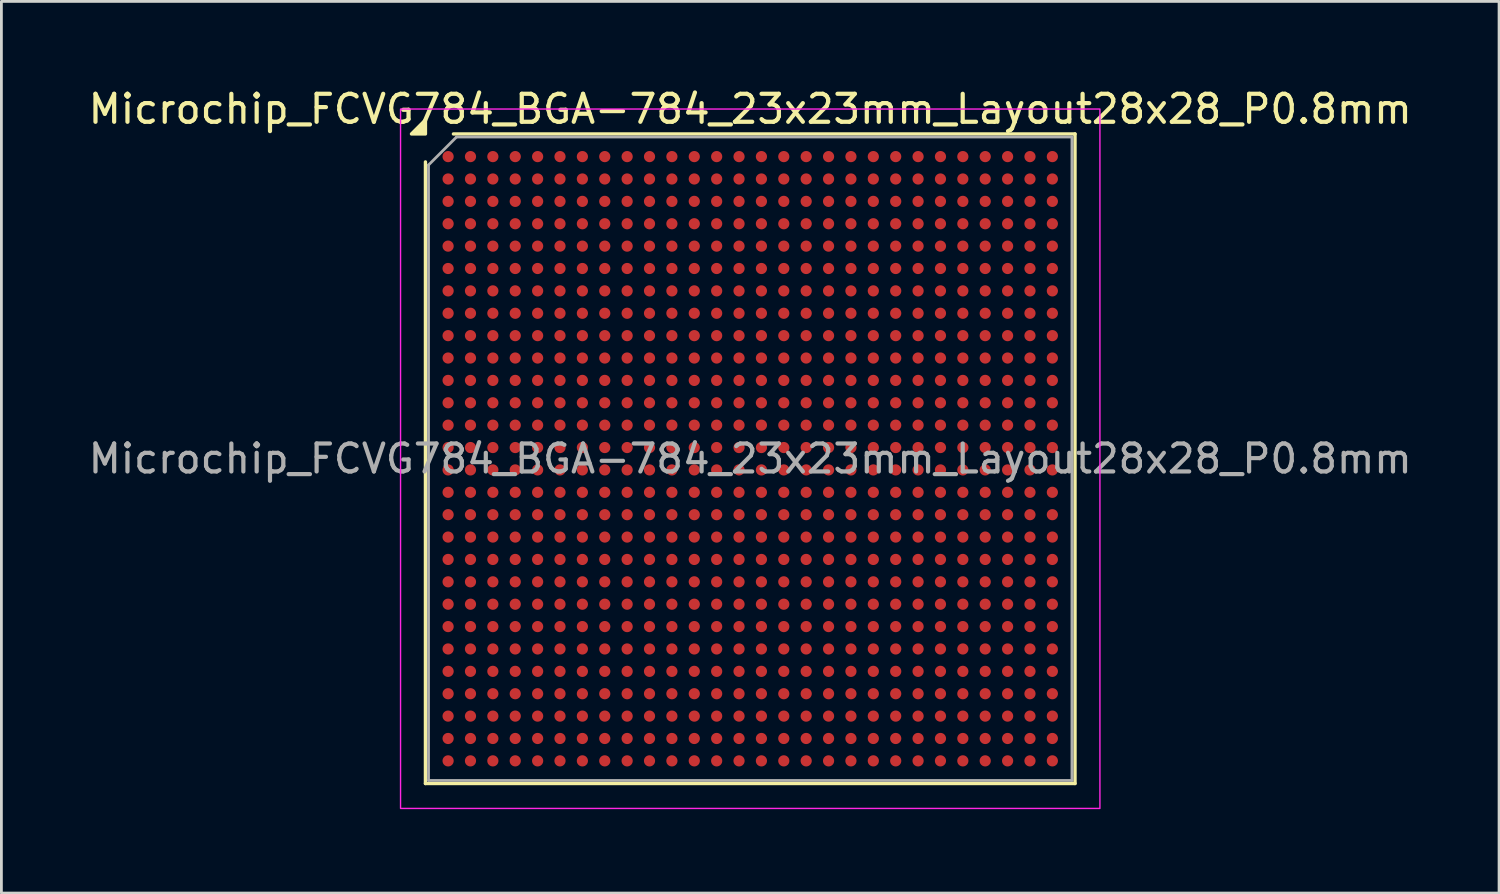
<source format=kicad_pcb>
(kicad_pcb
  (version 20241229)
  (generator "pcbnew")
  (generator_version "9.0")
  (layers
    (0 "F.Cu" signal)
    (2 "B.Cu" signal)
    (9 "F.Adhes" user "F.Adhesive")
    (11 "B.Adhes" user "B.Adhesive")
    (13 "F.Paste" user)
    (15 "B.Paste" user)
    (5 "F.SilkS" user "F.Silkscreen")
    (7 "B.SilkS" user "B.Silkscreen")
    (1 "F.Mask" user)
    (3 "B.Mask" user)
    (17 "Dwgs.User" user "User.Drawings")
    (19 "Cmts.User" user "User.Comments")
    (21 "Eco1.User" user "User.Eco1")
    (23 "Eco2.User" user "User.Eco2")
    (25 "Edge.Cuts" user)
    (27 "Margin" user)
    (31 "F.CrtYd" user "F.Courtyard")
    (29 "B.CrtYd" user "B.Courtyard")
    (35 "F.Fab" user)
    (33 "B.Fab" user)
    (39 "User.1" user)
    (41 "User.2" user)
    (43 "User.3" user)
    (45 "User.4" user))
  (footprint "Microchip_FCVG784_BGA-784_23x23mm_Layout28x28_P0.8mm"
    (layer "F.Cu")
    (at 23.768 13.348)
    (property "Reference" "Microchip_FCVG784_BGA-784_23x23mm_Layout28x28_P0.8mm" (at 0 -12.5 0) (layer "F.SilkS") (effects (font (size 1 1) (thickness 0.15))))
    (attr smd)
    (fp_line (start -11.61 11.61) (end -11.61 -10.61) (stroke (width 0.12) (type solid)) (layer "F.SilkS"))
    (fp_line (start -10.61 -11.61) (end 11.61 -11.61) (stroke (width 0.12) (type solid)) (layer "F.SilkS"))
    (fp_line (start 11.61 -11.61) (end 11.61 11.61) (stroke (width 0.12) (type solid)) (layer "F.SilkS"))
    (fp_line (start 11.61 11.61) (end -11.61 11.61) (stroke (width 0.12) (type solid)) (layer "F.SilkS"))
    (fp_poly (pts (xy -11.61 -11.61) (xy -12.11 -11.61) (xy -11.61 -12.11)) (stroke (width 0.12) (type solid)) (fill yes) (layer "F.SilkS"))
    (fp_rect (start -12.5 -12.5) (end 12.5 12.5) (stroke (width 0.05) (type solid)) (fill no) (layer "F.CrtYd"))
    (fp_line (start -11.5 -10.5) (end -10.5 -11.5) (stroke (width 0.1) (type solid)) (layer "F.Fab"))
    (fp_line (start -11.5 11.5) (end -11.5 -10.5) (stroke (width 0.1) (type solid)) (layer "F.Fab"))
    (fp_line (start -10.5 -11.5) (end 11.5 -11.5) (stroke (width 0.1) (type solid)) (layer "F.Fab"))
    (fp_line (start 11.5 -11.5) (end 11.5 11.5) (stroke (width 0.1) (type solid)) (layer "F.Fab"))
    (fp_line (start 11.5 11.5) (end -11.5 11.5) (stroke (width 0.1) (type solid)) (layer "F.Fab"))
    (fp_text user "${REFERENCE}" (at 0 0 0) (layer "F.Fab") (effects (font (size 1 1) (thickness 0.15))))
    (pad "A1" smd circle (at -10.8 -10.8) (size 0.4 0.4) (property pad_prop_bga) (layers "F.Cu" "F.Mask" "F.Paste"))
    (pad "A2" smd circle (at -10 -10.8) (size 0.4 0.4) (property pad_prop_bga) (layers "F.Cu" "F.Mask" "F.Paste"))
    (pad "A3" smd circle (at -9.2 -10.8) (size 0.4 0.4) (property pad_prop_bga) (layers "F.Cu" "F.Mask" "F.Paste"))
    (pad "A4" smd circle (at -8.4 -10.8) (size 0.4 0.4) (property pad_prop_bga) (layers "F.Cu" "F.Mask" "F.Paste"))
    (pad "A5" smd circle (at -7.6 -10.8) (size 0.4 0.4) (property pad_prop_bga) (layers "F.Cu" "F.Mask" "F.Paste"))
    (pad "A6" smd circle (at -6.8 -10.8) (size 0.4 0.4) (property pad_prop_bga) (layers "F.Cu" "F.Mask" "F.Paste"))
    (pad "A7" smd circle (at -6 -10.8) (size 0.4 0.4) (property pad_prop_bga) (layers "F.Cu" "F.Mask" "F.Paste"))
    (pad "A8" smd circle (at -5.2 -10.8) (size 0.4 0.4) (property pad_prop_bga) (layers "F.Cu" "F.Mask" "F.Paste"))
    (pad "A9" smd circle (at -4.4 -10.8) (size 0.4 0.4) (property pad_prop_bga) (layers "F.Cu" "F.Mask" "F.Paste"))
    (pad "A10" smd circle (at -3.6 -10.8) (size 0.4 0.4) (property pad_prop_bga) (layers "F.Cu" "F.Mask" "F.Paste"))
    (pad "A11" smd circle (at -2.8 -10.8) (size 0.4 0.4) (property pad_prop_bga) (layers "F.Cu" "F.Mask" "F.Paste"))
    (pad "A12" smd circle (at -2 -10.8) (size 0.4 0.4) (property pad_prop_bga) (layers "F.Cu" "F.Mask" "F.Paste"))
    (pad "A13" smd circle (at -1.2 -10.8) (size 0.4 0.4) (property pad_prop_bga) (layers "F.Cu" "F.Mask" "F.Paste"))
    (pad "A14" smd circle (at -0.4 -10.8) (size 0.4 0.4) (property pad_prop_bga) (layers "F.Cu" "F.Mask" "F.Paste"))
    (pad "A15" smd circle (at 0.4 -10.8) (size 0.4 0.4) (property pad_prop_bga) (layers "F.Cu" "F.Mask" "F.Paste"))
    (pad "A16" smd circle (at 1.2 -10.8) (size 0.4 0.4) (property pad_prop_bga) (layers "F.Cu" "F.Mask" "F.Paste"))
    (pad "A17" smd circle (at 2 -10.8) (size 0.4 0.4) (property pad_prop_bga) (layers "F.Cu" "F.Mask" "F.Paste"))
    (pad "A18" smd circle (at 2.8 -10.8) (size 0.4 0.4) (property pad_prop_bga) (layers "F.Cu" "F.Mask" "F.Paste"))
    (pad "A19" smd circle (at 3.6 -10.8) (size 0.4 0.4) (property pad_prop_bga) (layers "F.Cu" "F.Mask" "F.Paste"))
    (pad "A20" smd circle (at 4.4 -10.8) (size 0.4 0.4) (property pad_prop_bga) (layers "F.Cu" "F.Mask" "F.Paste"))
    (pad "A21" smd circle (at 5.2 -10.8) (size 0.4 0.4) (property pad_prop_bga) (layers "F.Cu" "F.Mask" "F.Paste"))
    (pad "A22" smd circle (at 6 -10.8) (size 0.4 0.4) (property pad_prop_bga) (layers "F.Cu" "F.Mask" "F.Paste"))
    (pad "A23" smd circle (at 6.8 -10.8) (size 0.4 0.4) (property pad_prop_bga) (layers "F.Cu" "F.Mask" "F.Paste"))
    (pad "A24" smd circle (at 7.6 -10.8) (size 0.4 0.4) (property pad_prop_bga) (layers "F.Cu" "F.Mask" "F.Paste"))
    (pad "A25" smd circle (at 8.4 -10.8) (size 0.4 0.4) (property pad_prop_bga) (layers "F.Cu" "F.Mask" "F.Paste"))
    (pad "A26" smd circle (at 9.2 -10.8) (size 0.4 0.4) (property pad_prop_bga) (layers "F.Cu" "F.Mask" "F.Paste"))
    (pad "A27" smd circle (at 10 -10.8) (size 0.4 0.4) (property pad_prop_bga) (layers "F.Cu" "F.Mask" "F.Paste"))
    (pad "A28" smd circle (at 10.8 -10.8) (size 0.4 0.4) (property pad_prop_bga) (layers "F.Cu" "F.Mask" "F.Paste"))
    (pad "AA1" smd circle (at -10.8 5.2) (size 0.4 0.4) (property pad_prop_bga) (layers "F.Cu" "F.Mask" "F.Paste"))
    (pad "AA2" smd circle (at -10 5.2) (size 0.4 0.4) (property pad_prop_bga) (layers "F.Cu" "F.Mask" "F.Paste"))
    (pad "AA3" smd circle (at -9.2 5.2) (size 0.4 0.4) (property pad_prop_bga) (layers "F.Cu" "F.Mask" "F.Paste"))
    (pad "AA4" smd circle (at -8.4 5.2) (size 0.4 0.4) (property pad_prop_bga) (layers "F.Cu" "F.Mask" "F.Paste"))
    (pad "AA5" smd circle (at -7.6 5.2) (size 0.4 0.4) (property pad_prop_bga) (layers "F.Cu" "F.Mask" "F.Paste"))
    (pad "AA6" smd circle (at -6.8 5.2) (size 0.4 0.4) (property pad_prop_bga) (layers "F.Cu" "F.Mask" "F.Paste"))
    (pad "AA7" smd circle (at -6 5.2) (size 0.4 0.4) (property pad_prop_bga) (layers "F.Cu" "F.Mask" "F.Paste"))
    (pad "AA8" smd circle (at -5.2 5.2) (size 0.4 0.4) (property pad_prop_bga) (layers "F.Cu" "F.Mask" "F.Paste"))
    (pad "AA9" smd circle (at -4.4 5.2) (size 0.4 0.4) (property pad_prop_bga) (layers "F.Cu" "F.Mask" "F.Paste"))
    (pad "AA10" smd circle (at -3.6 5.2) (size 0.4 0.4) (property pad_prop_bga) (layers "F.Cu" "F.Mask" "F.Paste"))
    (pad "AA11" smd circle (at -2.8 5.2) (size 0.4 0.4) (property pad_prop_bga) (layers "F.Cu" "F.Mask" "F.Paste"))
    (pad "AA12" smd circle (at -2 5.2) (size 0.4 0.4) (property pad_prop_bga) (layers "F.Cu" "F.Mask" "F.Paste"))
    (pad "AA13" smd circle (at -1.2 5.2) (size 0.4 0.4) (property pad_prop_bga) (layers "F.Cu" "F.Mask" "F.Paste"))
    (pad "AA14" smd circle (at -0.4 5.2) (size 0.4 0.4) (property pad_prop_bga) (layers "F.Cu" "F.Mask" "F.Paste"))
    (pad "AA15" smd circle (at 0.4 5.2) (size 0.4 0.4) (property pad_prop_bga) (layers "F.Cu" "F.Mask" "F.Paste"))
    (pad "AA16" smd circle (at 1.2 5.2) (size 0.4 0.4) (property pad_prop_bga) (layers "F.Cu" "F.Mask" "F.Paste"))
    (pad "AA17" smd circle (at 2 5.2) (size 0.4 0.4) (property pad_prop_bga) (layers "F.Cu" "F.Mask" "F.Paste"))
    (pad "AA18" smd circle (at 2.8 5.2) (size 0.4 0.4) (property pad_prop_bga) (layers "F.Cu" "F.Mask" "F.Paste"))
    (pad "AA19" smd circle (at 3.6 5.2) (size 0.4 0.4) (property pad_prop_bga) (layers "F.Cu" "F.Mask" "F.Paste"))
    (pad "AA20" smd circle (at 4.4 5.2) (size 0.4 0.4) (property pad_prop_bga) (layers "F.Cu" "F.Mask" "F.Paste"))
    (pad "AA21" smd circle (at 5.2 5.2) (size 0.4 0.4) (property pad_prop_bga) (layers "F.Cu" "F.Mask" "F.Paste"))
    (pad "AA22" smd circle (at 6 5.2) (size 0.4 0.4) (property pad_prop_bga) (layers "F.Cu" "F.Mask" "F.Paste"))
    (pad "AA23" smd circle (at 6.8 5.2) (size 0.4 0.4) (property pad_prop_bga) (layers "F.Cu" "F.Mask" "F.Paste"))
    (pad "AA24" smd circle (at 7.6 5.2) (size 0.4 0.4) (property pad_prop_bga) (layers "F.Cu" "F.Mask" "F.Paste"))
    (pad "AA25" smd circle (at 8.4 5.2) (size 0.4 0.4) (property pad_prop_bga) (layers "F.Cu" "F.Mask" "F.Paste"))
    (pad "AA26" smd circle (at 9.2 5.2) (size 0.4 0.4) (property pad_prop_bga) (layers "F.Cu" "F.Mask" "F.Paste"))
    (pad "AA27" smd circle (at 10 5.2) (size 0.4 0.4) (property pad_prop_bga) (layers "F.Cu" "F.Mask" "F.Paste"))
    (pad "AA28" smd circle (at 10.8 5.2) (size 0.4 0.4) (property pad_prop_bga) (layers "F.Cu" "F.Mask" "F.Paste"))
    (pad "AB1" smd circle (at -10.8 6) (size 0.4 0.4) (property pad_prop_bga) (layers "F.Cu" "F.Mask" "F.Paste"))
    (pad "AB2" smd circle (at -10 6) (size 0.4 0.4) (property pad_prop_bga) (layers "F.Cu" "F.Mask" "F.Paste"))
    (pad "AB3" smd circle (at -9.2 6) (size 0.4 0.4) (property pad_prop_bga) (layers "F.Cu" "F.Mask" "F.Paste"))
    (pad "AB4" smd circle (at -8.4 6) (size 0.4 0.4) (property pad_prop_bga) (layers "F.Cu" "F.Mask" "F.Paste"))
    (pad "AB5" smd circle (at -7.6 6) (size 0.4 0.4) (property pad_prop_bga) (layers "F.Cu" "F.Mask" "F.Paste"))
    (pad "AB6" smd circle (at -6.8 6) (size 0.4 0.4) (property pad_prop_bga) (layers "F.Cu" "F.Mask" "F.Paste"))
    (pad "AB7" smd circle (at -6 6) (size 0.4 0.4) (property pad_prop_bga) (layers "F.Cu" "F.Mask" "F.Paste"))
    (pad "AB8" smd circle (at -5.2 6) (size 0.4 0.4) (property pad_prop_bga) (layers "F.Cu" "F.Mask" "F.Paste"))
    (pad "AB9" smd circle (at -4.4 6) (size 0.4 0.4) (property pad_prop_bga) (layers "F.Cu" "F.Mask" "F.Paste"))
    (pad "AB10" smd circle (at -3.6 6) (size 0.4 0.4) (property pad_prop_bga) (layers "F.Cu" "F.Mask" "F.Paste"))
    (pad "AB11" smd circle (at -2.8 6) (size 0.4 0.4) (property pad_prop_bga) (layers "F.Cu" "F.Mask" "F.Paste"))
    (pad "AB12" smd circle (at -2 6) (size 0.4 0.4) (property pad_prop_bga) (layers "F.Cu" "F.Mask" "F.Paste"))
    (pad "AB13" smd circle (at -1.2 6) (size 0.4 0.4) (property pad_prop_bga) (layers "F.Cu" "F.Mask" "F.Paste"))
    (pad "AB14" smd circle (at -0.4 6) (size 0.4 0.4) (property pad_prop_bga) (layers "F.Cu" "F.Mask" "F.Paste"))
    (pad "AB15" smd circle (at 0.4 6) (size 0.4 0.4) (property pad_prop_bga) (layers "F.Cu" "F.Mask" "F.Paste"))
    (pad "AB16" smd circle (at 1.2 6) (size 0.4 0.4) (property pad_prop_bga) (layers "F.Cu" "F.Mask" "F.Paste"))
    (pad "AB17" smd circle (at 2 6) (size 0.4 0.4) (property pad_prop_bga) (layers "F.Cu" "F.Mask" "F.Paste"))
    (pad "AB18" smd circle (at 2.8 6) (size 0.4 0.4) (property pad_prop_bga) (layers "F.Cu" "F.Mask" "F.Paste"))
    (pad "AB19" smd circle (at 3.6 6) (size 0.4 0.4) (property pad_prop_bga) (layers "F.Cu" "F.Mask" "F.Paste"))
    (pad "AB20" smd circle (at 4.4 6) (size 0.4 0.4) (property pad_prop_bga) (layers "F.Cu" "F.Mask" "F.Paste"))
    (pad "AB21" smd circle (at 5.2 6) (size 0.4 0.4) (property pad_prop_bga) (layers "F.Cu" "F.Mask" "F.Paste"))
    (pad "AB22" smd circle (at 6 6) (size 0.4 0.4) (property pad_prop_bga) (layers "F.Cu" "F.Mask" "F.Paste"))
    (pad "AB23" smd circle (at 6.8 6) (size 0.4 0.4) (property pad_prop_bga) (layers "F.Cu" "F.Mask" "F.Paste"))
    (pad "AB24" smd circle (at 7.6 6) (size 0.4 0.4) (property pad_prop_bga) (layers "F.Cu" "F.Mask" "F.Paste"))
    (pad "AB25" smd circle (at 8.4 6) (size 0.4 0.4) (property pad_prop_bga) (layers "F.Cu" "F.Mask" "F.Paste"))
    (pad "AB26" smd circle (at 9.2 6) (size 0.4 0.4) (property pad_prop_bga) (layers "F.Cu" "F.Mask" "F.Paste"))
    (pad "AB27" smd circle (at 10 6) (size 0.4 0.4) (property pad_prop_bga) (layers "F.Cu" "F.Mask" "F.Paste"))
    (pad "AB28" smd circle (at 10.8 6) (size 0.4 0.4) (property pad_prop_bga) (layers "F.Cu" "F.Mask" "F.Paste"))
    (pad "AC1" smd circle (at -10.8 6.8) (size 0.4 0.4) (property pad_prop_bga) (layers "F.Cu" "F.Mask" "F.Paste"))
    (pad "AC2" smd circle (at -10 6.8) (size 0.4 0.4) (property pad_prop_bga) (layers "F.Cu" "F.Mask" "F.Paste"))
    (pad "AC3" smd circle (at -9.2 6.8) (size 0.4 0.4) (property pad_prop_bga) (layers "F.Cu" "F.Mask" "F.Paste"))
    (pad "AC4" smd circle (at -8.4 6.8) (size 0.4 0.4) (property pad_prop_bga) (layers "F.Cu" "F.Mask" "F.Paste"))
    (pad "AC5" smd circle (at -7.6 6.8) (size 0.4 0.4) (property pad_prop_bga) (layers "F.Cu" "F.Mask" "F.Paste"))
    (pad "AC6" smd circle (at -6.8 6.8) (size 0.4 0.4) (property pad_prop_bga) (layers "F.Cu" "F.Mask" "F.Paste"))
    (pad "AC7" smd circle (at -6 6.8) (size 0.4 0.4) (property pad_prop_bga) (layers "F.Cu" "F.Mask" "F.Paste"))
    (pad "AC8" smd circle (at -5.2 6.8) (size 0.4 0.4) (property pad_prop_bga) (layers "F.Cu" "F.Mask" "F.Paste"))
    (pad "AC9" smd circle (at -4.4 6.8) (size 0.4 0.4) (property pad_prop_bga) (layers "F.Cu" "F.Mask" "F.Paste"))
    (pad "AC10" smd circle (at -3.6 6.8) (size 0.4 0.4) (property pad_prop_bga) (layers "F.Cu" "F.Mask" "F.Paste"))
    (pad "AC11" smd circle (at -2.8 6.8) (size 0.4 0.4) (property pad_prop_bga) (layers "F.Cu" "F.Mask" "F.Paste"))
    (pad "AC12" smd circle (at -2 6.8) (size 0.4 0.4) (property pad_prop_bga) (layers "F.Cu" "F.Mask" "F.Paste"))
    (pad "AC13" smd circle (at -1.2 6.8) (size 0.4 0.4) (property pad_prop_bga) (layers "F.Cu" "F.Mask" "F.Paste"))
    (pad "AC14" smd circle (at -0.4 6.8) (size 0.4 0.4) (property pad_prop_bga) (layers "F.Cu" "F.Mask" "F.Paste"))
    (pad "AC15" smd circle (at 0.4 6.8) (size 0.4 0.4) (property pad_prop_bga) (layers "F.Cu" "F.Mask" "F.Paste"))
    (pad "AC16" smd circle (at 1.2 6.8) (size 0.4 0.4) (property pad_prop_bga) (layers "F.Cu" "F.Mask" "F.Paste"))
    (pad "AC17" smd circle (at 2 6.8) (size 0.4 0.4) (property pad_prop_bga) (layers "F.Cu" "F.Mask" "F.Paste"))
    (pad "AC18" smd circle (at 2.8 6.8) (size 0.4 0.4) (property pad_prop_bga) (layers "F.Cu" "F.Mask" "F.Paste"))
    (pad "AC19" smd circle (at 3.6 6.8) (size 0.4 0.4) (property pad_prop_bga) (layers "F.Cu" "F.Mask" "F.Paste"))
    (pad "AC20" smd circle (at 4.4 6.8) (size 0.4 0.4) (property pad_prop_bga) (layers "F.Cu" "F.Mask" "F.Paste"))
    (pad "AC21" smd circle (at 5.2 6.8) (size 0.4 0.4) (property pad_prop_bga) (layers "F.Cu" "F.Mask" "F.Paste"))
    (pad "AC22" smd circle (at 6 6.8) (size 0.4 0.4) (property pad_prop_bga) (layers "F.Cu" "F.Mask" "F.Paste"))
    (pad "AC23" smd circle (at 6.8 6.8) (size 0.4 0.4) (property pad_prop_bga) (layers "F.Cu" "F.Mask" "F.Paste"))
    (pad "AC24" smd circle (at 7.6 6.8) (size 0.4 0.4) (property pad_prop_bga) (layers "F.Cu" "F.Mask" "F.Paste"))
    (pad "AC25" smd circle (at 8.4 6.8) (size 0.4 0.4) (property pad_prop_bga) (layers "F.Cu" "F.Mask" "F.Paste"))
    (pad "AC26" smd circle (at 9.2 6.8) (size 0.4 0.4) (property pad_prop_bga) (layers "F.Cu" "F.Mask" "F.Paste"))
    (pad "AC27" smd circle (at 10 6.8) (size 0.4 0.4) (property pad_prop_bga) (layers "F.Cu" "F.Mask" "F.Paste"))
    (pad "AC28" smd circle (at 10.8 6.8) (size 0.4 0.4) (property pad_prop_bga) (layers "F.Cu" "F.Mask" "F.Paste"))
    (pad "AD1" smd circle (at -10.8 7.6) (size 0.4 0.4) (property pad_prop_bga) (layers "F.Cu" "F.Mask" "F.Paste"))
    (pad "AD2" smd circle (at -10 7.6) (size 0.4 0.4) (property pad_prop_bga) (layers "F.Cu" "F.Mask" "F.Paste"))
    (pad "AD3" smd circle (at -9.2 7.6) (size 0.4 0.4) (property pad_prop_bga) (layers "F.Cu" "F.Mask" "F.Paste"))
    (pad "AD4" smd circle (at -8.4 7.6) (size 0.4 0.4) (property pad_prop_bga) (layers "F.Cu" "F.Mask" "F.Paste"))
    (pad "AD5" smd circle (at -7.6 7.6) (size 0.4 0.4) (property pad_prop_bga) (layers "F.Cu" "F.Mask" "F.Paste"))
    (pad "AD6" smd circle (at -6.8 7.6) (size 0.4 0.4) (property pad_prop_bga) (layers "F.Cu" "F.Mask" "F.Paste"))
    (pad "AD7" smd circle (at -6 7.6) (size 0.4 0.4) (property pad_prop_bga) (layers "F.Cu" "F.Mask" "F.Paste"))
    (pad "AD8" smd circle (at -5.2 7.6) (size 0.4 0.4) (property pad_prop_bga) (layers "F.Cu" "F.Mask" "F.Paste"))
    (pad "AD9" smd circle (at -4.4 7.6) (size 0.4 0.4) (property pad_prop_bga) (layers "F.Cu" "F.Mask" "F.Paste"))
    (pad "AD10" smd circle (at -3.6 7.6) (size 0.4 0.4) (property pad_prop_bga) (layers "F.Cu" "F.Mask" "F.Paste"))
    (pad "AD11" smd circle (at -2.8 7.6) (size 0.4 0.4) (property pad_prop_bga) (layers "F.Cu" "F.Mask" "F.Paste"))
    (pad "AD12" smd circle (at -2 7.6) (size 0.4 0.4) (property pad_prop_bga) (layers "F.Cu" "F.Mask" "F.Paste"))
    (pad "AD13" smd circle (at -1.2 7.6) (size 0.4 0.4) (property pad_prop_bga) (layers "F.Cu" "F.Mask" "F.Paste"))
    (pad "AD14" smd circle (at -0.4 7.6) (size 0.4 0.4) (property pad_prop_bga) (layers "F.Cu" "F.Mask" "F.Paste"))
    (pad "AD15" smd circle (at 0.4 7.6) (size 0.4 0.4) (property pad_prop_bga) (layers "F.Cu" "F.Mask" "F.Paste"))
    (pad "AD16" smd circle (at 1.2 7.6) (size 0.4 0.4) (property pad_prop_bga) (layers "F.Cu" "F.Mask" "F.Paste"))
    (pad "AD17" smd circle (at 2 7.6) (size 0.4 0.4) (property pad_prop_bga) (layers "F.Cu" "F.Mask" "F.Paste"))
    (pad "AD18" smd circle (at 2.8 7.6) (size 0.4 0.4) (property pad_prop_bga) (layers "F.Cu" "F.Mask" "F.Paste"))
    (pad "AD19" smd circle (at 3.6 7.6) (size 0.4 0.4) (property pad_prop_bga) (layers "F.Cu" "F.Mask" "F.Paste"))
    (pad "AD20" smd circle (at 4.4 7.6) (size 0.4 0.4) (property pad_prop_bga) (layers "F.Cu" "F.Mask" "F.Paste"))
    (pad "AD21" smd circle (at 5.2 7.6) (size 0.4 0.4) (property pad_prop_bga) (layers "F.Cu" "F.Mask" "F.Paste"))
    (pad "AD22" smd circle (at 6 7.6) (size 0.4 0.4) (property pad_prop_bga) (layers "F.Cu" "F.Mask" "F.Paste"))
    (pad "AD23" smd circle (at 6.8 7.6) (size 0.4 0.4) (property pad_prop_bga) (layers "F.Cu" "F.Mask" "F.Paste"))
    (pad "AD24" smd circle (at 7.6 7.6) (size 0.4 0.4) (property pad_prop_bga) (layers "F.Cu" "F.Mask" "F.Paste"))
    (pad "AD25" smd circle (at 8.4 7.6) (size 0.4 0.4) (property pad_prop_bga) (layers "F.Cu" "F.Mask" "F.Paste"))
    (pad "AD26" smd circle (at 9.2 7.6) (size 0.4 0.4) (property pad_prop_bga) (layers "F.Cu" "F.Mask" "F.Paste"))
    (pad "AD27" smd circle (at 10 7.6) (size 0.4 0.4) (property pad_prop_bga) (layers "F.Cu" "F.Mask" "F.Paste"))
    (pad "AD28" smd circle (at 10.8 7.6) (size 0.4 0.4) (property pad_prop_bga) (layers "F.Cu" "F.Mask" "F.Paste"))
    (pad "AE1" smd circle (at -10.8 8.4) (size 0.4 0.4) (property pad_prop_bga) (layers "F.Cu" "F.Mask" "F.Paste"))
    (pad "AE2" smd circle (at -10 8.4) (size 0.4 0.4) (property pad_prop_bga) (layers "F.Cu" "F.Mask" "F.Paste"))
    (pad "AE3" smd circle (at -9.2 8.4) (size 0.4 0.4) (property pad_prop_bga) (layers "F.Cu" "F.Mask" "F.Paste"))
    (pad "AE4" smd circle (at -8.4 8.4) (size 0.4 0.4) (property pad_prop_bga) (layers "F.Cu" "F.Mask" "F.Paste"))
    (pad "AE5" smd circle (at -7.6 8.4) (size 0.4 0.4) (property pad_prop_bga) (layers "F.Cu" "F.Mask" "F.Paste"))
    (pad "AE6" smd circle (at -6.8 8.4) (size 0.4 0.4) (property pad_prop_bga) (layers "F.Cu" "F.Mask" "F.Paste"))
    (pad "AE7" smd circle (at -6 8.4) (size 0.4 0.4) (property pad_prop_bga) (layers "F.Cu" "F.Mask" "F.Paste"))
    (pad "AE8" smd circle (at -5.2 8.4) (size 0.4 0.4) (property pad_prop_bga) (layers "F.Cu" "F.Mask" "F.Paste"))
    (pad "AE9" smd circle (at -4.4 8.4) (size 0.4 0.4) (property pad_prop_bga) (layers "F.Cu" "F.Mask" "F.Paste"))
    (pad "AE10" smd circle (at -3.6 8.4) (size 0.4 0.4) (property pad_prop_bga) (layers "F.Cu" "F.Mask" "F.Paste"))
    (pad "AE11" smd circle (at -2.8 8.4) (size 0.4 0.4) (property pad_prop_bga) (layers "F.Cu" "F.Mask" "F.Paste"))
    (pad "AE12" smd circle (at -2 8.4) (size 0.4 0.4) (property pad_prop_bga) (layers "F.Cu" "F.Mask" "F.Paste"))
    (pad "AE13" smd circle (at -1.2 8.4) (size 0.4 0.4) (property pad_prop_bga) (layers "F.Cu" "F.Mask" "F.Paste"))
    (pad "AE14" smd circle (at -0.4 8.4) (size 0.4 0.4) (property pad_prop_bga) (layers "F.Cu" "F.Mask" "F.Paste"))
    (pad "AE15" smd circle (at 0.4 8.4) (size 0.4 0.4) (property pad_prop_bga) (layers "F.Cu" "F.Mask" "F.Paste"))
    (pad "AE16" smd circle (at 1.2 8.4) (size 0.4 0.4) (property pad_prop_bga) (layers "F.Cu" "F.Mask" "F.Paste"))
    (pad "AE17" smd circle (at 2 8.4) (size 0.4 0.4) (property pad_prop_bga) (layers "F.Cu" "F.Mask" "F.Paste"))
    (pad "AE18" smd circle (at 2.8 8.4) (size 0.4 0.4) (property pad_prop_bga) (layers "F.Cu" "F.Mask" "F.Paste"))
    (pad "AE19" smd circle (at 3.6 8.4) (size 0.4 0.4) (property pad_prop_bga) (layers "F.Cu" "F.Mask" "F.Paste"))
    (pad "AE20" smd circle (at 4.4 8.4) (size 0.4 0.4) (property pad_prop_bga) (layers "F.Cu" "F.Mask" "F.Paste"))
    (pad "AE21" smd circle (at 5.2 8.4) (size 0.4 0.4) (property pad_prop_bga) (layers "F.Cu" "F.Mask" "F.Paste"))
    (pad "AE22" smd circle (at 6 8.4) (size 0.4 0.4) (property pad_prop_bga) (layers "F.Cu" "F.Mask" "F.Paste"))
    (pad "AE23" smd circle (at 6.8 8.4) (size 0.4 0.4) (property pad_prop_bga) (layers "F.Cu" "F.Mask" "F.Paste"))
    (pad "AE24" smd circle (at 7.6 8.4) (size 0.4 0.4) (property pad_prop_bga) (layers "F.Cu" "F.Mask" "F.Paste"))
    (pad "AE25" smd circle (at 8.4 8.4) (size 0.4 0.4) (property pad_prop_bga) (layers "F.Cu" "F.Mask" "F.Paste"))
    (pad "AE26" smd circle (at 9.2 8.4) (size 0.4 0.4) (property pad_prop_bga) (layers "F.Cu" "F.Mask" "F.Paste"))
    (pad "AE27" smd circle (at 10 8.4) (size 0.4 0.4) (property pad_prop_bga) (layers "F.Cu" "F.Mask" "F.Paste"))
    (pad "AE28" smd circle (at 10.8 8.4) (size 0.4 0.4) (property pad_prop_bga) (layers "F.Cu" "F.Mask" "F.Paste"))
    (pad "AF1" smd circle (at -10.8 9.2) (size 0.4 0.4) (property pad_prop_bga) (layers "F.Cu" "F.Mask" "F.Paste"))
    (pad "AF2" smd circle (at -10 9.2) (size 0.4 0.4) (property pad_prop_bga) (layers "F.Cu" "F.Mask" "F.Paste"))
    (pad "AF3" smd circle (at -9.2 9.2) (size 0.4 0.4) (property pad_prop_bga) (layers "F.Cu" "F.Mask" "F.Paste"))
    (pad "AF4" smd circle (at -8.4 9.2) (size 0.4 0.4) (property pad_prop_bga) (layers "F.Cu" "F.Mask" "F.Paste"))
    (pad "AF5" smd circle (at -7.6 9.2) (size 0.4 0.4) (property pad_prop_bga) (layers "F.Cu" "F.Mask" "F.Paste"))
    (pad "AF6" smd circle (at -6.8 9.2) (size 0.4 0.4) (property pad_prop_bga) (layers "F.Cu" "F.Mask" "F.Paste"))
    (pad "AF7" smd circle (at -6 9.2) (size 0.4 0.4) (property pad_prop_bga) (layers "F.Cu" "F.Mask" "F.Paste"))
    (pad "AF8" smd circle (at -5.2 9.2) (size 0.4 0.4) (property pad_prop_bga) (layers "F.Cu" "F.Mask" "F.Paste"))
    (pad "AF9" smd circle (at -4.4 9.2) (size 0.4 0.4) (property pad_prop_bga) (layers "F.Cu" "F.Mask" "F.Paste"))
    (pad "AF10" smd circle (at -3.6 9.2) (size 0.4 0.4) (property pad_prop_bga) (layers "F.Cu" "F.Mask" "F.Paste"))
    (pad "AF11" smd circle (at -2.8 9.2) (size 0.4 0.4) (property pad_prop_bga) (layers "F.Cu" "F.Mask" "F.Paste"))
    (pad "AF12" smd circle (at -2 9.2) (size 0.4 0.4) (property pad_prop_bga) (layers "F.Cu" "F.Mask" "F.Paste"))
    (pad "AF13" smd circle (at -1.2 9.2) (size 0.4 0.4) (property pad_prop_bga) (layers "F.Cu" "F.Mask" "F.Paste"))
    (pad "AF14" smd circle (at -0.4 9.2) (size 0.4 0.4) (property pad_prop_bga) (layers "F.Cu" "F.Mask" "F.Paste"))
    (pad "AF15" smd circle (at 0.4 9.2) (size 0.4 0.4) (property pad_prop_bga) (layers "F.Cu" "F.Mask" "F.Paste"))
    (pad "AF16" smd circle (at 1.2 9.2) (size 0.4 0.4) (property pad_prop_bga) (layers "F.Cu" "F.Mask" "F.Paste"))
    (pad "AF17" smd circle (at 2 9.2) (size 0.4 0.4) (property pad_prop_bga) (layers "F.Cu" "F.Mask" "F.Paste"))
    (pad "AF18" smd circle (at 2.8 9.2) (size 0.4 0.4) (property pad_prop_bga) (layers "F.Cu" "F.Mask" "F.Paste"))
    (pad "AF19" smd circle (at 3.6 9.2) (size 0.4 0.4) (property pad_prop_bga) (layers "F.Cu" "F.Mask" "F.Paste"))
    (pad "AF20" smd circle (at 4.4 9.2) (size 0.4 0.4) (property pad_prop_bga) (layers "F.Cu" "F.Mask" "F.Paste"))
    (pad "AF21" smd circle (at 5.2 9.2) (size 0.4 0.4) (property pad_prop_bga) (layers "F.Cu" "F.Mask" "F.Paste"))
    (pad "AF22" smd circle (at 6 9.2) (size 0.4 0.4) (property pad_prop_bga) (layers "F.Cu" "F.Mask" "F.Paste"))
    (pad "AF23" smd circle (at 6.8 9.2) (size 0.4 0.4) (property pad_prop_bga) (layers "F.Cu" "F.Mask" "F.Paste"))
    (pad "AF24" smd circle (at 7.6 9.2) (size 0.4 0.4) (property pad_prop_bga) (layers "F.Cu" "F.Mask" "F.Paste"))
    (pad "AF25" smd circle (at 8.4 9.2) (size 0.4 0.4) (property pad_prop_bga) (layers "F.Cu" "F.Mask" "F.Paste"))
    (pad "AF26" smd circle (at 9.2 9.2) (size 0.4 0.4) (property pad_prop_bga) (layers "F.Cu" "F.Mask" "F.Paste"))
    (pad "AF27" smd circle (at 10 9.2) (size 0.4 0.4) (property pad_prop_bga) (layers "F.Cu" "F.Mask" "F.Paste"))
    (pad "AF28" smd circle (at 10.8 9.2) (size 0.4 0.4) (property pad_prop_bga) (layers "F.Cu" "F.Mask" "F.Paste"))
    (pad "AG1" smd circle (at -10.8 10) (size 0.4 0.4) (property pad_prop_bga) (layers "F.Cu" "F.Mask" "F.Paste"))
    (pad "AG2" smd circle (at -10 10) (size 0.4 0.4) (property pad_prop_bga) (layers "F.Cu" "F.Mask" "F.Paste"))
    (pad "AG3" smd circle (at -9.2 10) (size 0.4 0.4) (property pad_prop_bga) (layers "F.Cu" "F.Mask" "F.Paste"))
    (pad "AG4" smd circle (at -8.4 10) (size 0.4 0.4) (property pad_prop_bga) (layers "F.Cu" "F.Mask" "F.Paste"))
    (pad "AG5" smd circle (at -7.6 10) (size 0.4 0.4) (property pad_prop_bga) (layers "F.Cu" "F.Mask" "F.Paste"))
    (pad "AG6" smd circle (at -6.8 10) (size 0.4 0.4) (property pad_prop_bga) (layers "F.Cu" "F.Mask" "F.Paste"))
    (pad "AG7" smd circle (at -6 10) (size 0.4 0.4) (property pad_prop_bga) (layers "F.Cu" "F.Mask" "F.Paste"))
    (pad "AG8" smd circle (at -5.2 10) (size 0.4 0.4) (property pad_prop_bga) (layers "F.Cu" "F.Mask" "F.Paste"))
    (pad "AG9" smd circle (at -4.4 10) (size 0.4 0.4) (property pad_prop_bga) (layers "F.Cu" "F.Mask" "F.Paste"))
    (pad "AG10" smd circle (at -3.6 10) (size 0.4 0.4) (property pad_prop_bga) (layers "F.Cu" "F.Mask" "F.Paste"))
    (pad "AG11" smd circle (at -2.8 10) (size 0.4 0.4) (property pad_prop_bga) (layers "F.Cu" "F.Mask" "F.Paste"))
    (pad "AG12" smd circle (at -2 10) (size 0.4 0.4) (property pad_prop_bga) (layers "F.Cu" "F.Mask" "F.Paste"))
    (pad "AG13" smd circle (at -1.2 10) (size 0.4 0.4) (property pad_prop_bga) (layers "F.Cu" "F.Mask" "F.Paste"))
    (pad "AG14" smd circle (at -0.4 10) (size 0.4 0.4) (property pad_prop_bga) (layers "F.Cu" "F.Mask" "F.Paste"))
    (pad "AG15" smd circle (at 0.4 10) (size 0.4 0.4) (property pad_prop_bga) (layers "F.Cu" "F.Mask" "F.Paste"))
    (pad "AG16" smd circle (at 1.2 10) (size 0.4 0.4) (property pad_prop_bga) (layers "F.Cu" "F.Mask" "F.Paste"))
    (pad "AG17" smd circle (at 2 10) (size 0.4 0.4) (property pad_prop_bga) (layers "F.Cu" "F.Mask" "F.Paste"))
    (pad "AG18" smd circle (at 2.8 10) (size 0.4 0.4) (property pad_prop_bga) (layers "F.Cu" "F.Mask" "F.Paste"))
    (pad "AG19" smd circle (at 3.6 10) (size 0.4 0.4) (property pad_prop_bga) (layers "F.Cu" "F.Mask" "F.Paste"))
    (pad "AG20" smd circle (at 4.4 10) (size 0.4 0.4) (property pad_prop_bga) (layers "F.Cu" "F.Mask" "F.Paste"))
    (pad "AG21" smd circle (at 5.2 10) (size 0.4 0.4) (property pad_prop_bga) (layers "F.Cu" "F.Mask" "F.Paste"))
    (pad "AG22" smd circle (at 6 10) (size 0.4 0.4) (property pad_prop_bga) (layers "F.Cu" "F.Mask" "F.Paste"))
    (pad "AG23" smd circle (at 6.8 10) (size 0.4 0.4) (property pad_prop_bga) (layers "F.Cu" "F.Mask" "F.Paste"))
    (pad "AG24" smd circle (at 7.6 10) (size 0.4 0.4) (property pad_prop_bga) (layers "F.Cu" "F.Mask" "F.Paste"))
    (pad "AG25" smd circle (at 8.4 10) (size 0.4 0.4) (property pad_prop_bga) (layers "F.Cu" "F.Mask" "F.Paste"))
    (pad "AG26" smd circle (at 9.2 10) (size 0.4 0.4) (property pad_prop_bga) (layers "F.Cu" "F.Mask" "F.Paste"))
    (pad "AG27" smd circle (at 10 10) (size 0.4 0.4) (property pad_prop_bga) (layers "F.Cu" "F.Mask" "F.Paste"))
    (pad "AG28" smd circle (at 10.8 10) (size 0.4 0.4) (property pad_prop_bga) (layers "F.Cu" "F.Mask" "F.Paste"))
    (pad "AH1" smd circle (at -10.8 10.8) (size 0.4 0.4) (property pad_prop_bga) (layers "F.Cu" "F.Mask" "F.Paste"))
    (pad "AH2" smd circle (at -10 10.8) (size 0.4 0.4) (property pad_prop_bga) (layers "F.Cu" "F.Mask" "F.Paste"))
    (pad "AH3" smd circle (at -9.2 10.8) (size 0.4 0.4) (property pad_prop_bga) (layers "F.Cu" "F.Mask" "F.Paste"))
    (pad "AH4" smd circle (at -8.4 10.8) (size 0.4 0.4) (property pad_prop_bga) (layers "F.Cu" "F.Mask" "F.Paste"))
    (pad "AH5" smd circle (at -7.6 10.8) (size 0.4 0.4) (property pad_prop_bga) (layers "F.Cu" "F.Mask" "F.Paste"))
    (pad "AH6" smd circle (at -6.8 10.8) (size 0.4 0.4) (property pad_prop_bga) (layers "F.Cu" "F.Mask" "F.Paste"))
    (pad "AH7" smd circle (at -6 10.8) (size 0.4 0.4) (property pad_prop_bga) (layers "F.Cu" "F.Mask" "F.Paste"))
    (pad "AH8" smd circle (at -5.2 10.8) (size 0.4 0.4) (property pad_prop_bga) (layers "F.Cu" "F.Mask" "F.Paste"))
    (pad "AH9" smd circle (at -4.4 10.8) (size 0.4 0.4) (property pad_prop_bga) (layers "F.Cu" "F.Mask" "F.Paste"))
    (pad "AH10" smd circle (at -3.6 10.8) (size 0.4 0.4) (property pad_prop_bga) (layers "F.Cu" "F.Mask" "F.Paste"))
    (pad "AH11" smd circle (at -2.8 10.8) (size 0.4 0.4) (property pad_prop_bga) (layers "F.Cu" "F.Mask" "F.Paste"))
    (pad "AH12" smd circle (at -2 10.8) (size 0.4 0.4) (property pad_prop_bga) (layers "F.Cu" "F.Mask" "F.Paste"))
    (pad "AH13" smd circle (at -1.2 10.8) (size 0.4 0.4) (property pad_prop_bga) (layers "F.Cu" "F.Mask" "F.Paste"))
    (pad "AH14" smd circle (at -0.4 10.8) (size 0.4 0.4) (property pad_prop_bga) (layers "F.Cu" "F.Mask" "F.Paste"))
    (pad "AH15" smd circle (at 0.4 10.8) (size 0.4 0.4) (property pad_prop_bga) (layers "F.Cu" "F.Mask" "F.Paste"))
    (pad "AH16" smd circle (at 1.2 10.8) (size 0.4 0.4) (property pad_prop_bga) (layers "F.Cu" "F.Mask" "F.Paste"))
    (pad "AH17" smd circle (at 2 10.8) (size 0.4 0.4) (property pad_prop_bga) (layers "F.Cu" "F.Mask" "F.Paste"))
    (pad "AH18" smd circle (at 2.8 10.8) (size 0.4 0.4) (property pad_prop_bga) (layers "F.Cu" "F.Mask" "F.Paste"))
    (pad "AH19" smd circle (at 3.6 10.8) (size 0.4 0.4) (property pad_prop_bga) (layers "F.Cu" "F.Mask" "F.Paste"))
    (pad "AH20" smd circle (at 4.4 10.8) (size 0.4 0.4) (property pad_prop_bga) (layers "F.Cu" "F.Mask" "F.Paste"))
    (pad "AH21" smd circle (at 5.2 10.8) (size 0.4 0.4) (property pad_prop_bga) (layers "F.Cu" "F.Mask" "F.Paste"))
    (pad "AH22" smd circle (at 6 10.8) (size 0.4 0.4) (property pad_prop_bga) (layers "F.Cu" "F.Mask" "F.Paste"))
    (pad "AH23" smd circle (at 6.8 10.8) (size 0.4 0.4) (property pad_prop_bga) (layers "F.Cu" "F.Mask" "F.Paste"))
    (pad "AH24" smd circle (at 7.6 10.8) (size 0.4 0.4) (property pad_prop_bga) (layers "F.Cu" "F.Mask" "F.Paste"))
    (pad "AH25" smd circle (at 8.4 10.8) (size 0.4 0.4) (property pad_prop_bga) (layers "F.Cu" "F.Mask" "F.Paste"))
    (pad "AH26" smd circle (at 9.2 10.8) (size 0.4 0.4) (property pad_prop_bga) (layers "F.Cu" "F.Mask" "F.Paste"))
    (pad "AH27" smd circle (at 10 10.8) (size 0.4 0.4) (property pad_prop_bga) (layers "F.Cu" "F.Mask" "F.Paste"))
    (pad "AH28" smd circle (at 10.8 10.8) (size 0.4 0.4) (property pad_prop_bga) (layers "F.Cu" "F.Mask" "F.Paste"))
    (pad "B1" smd circle (at -10.8 -10) (size 0.4 0.4) (property pad_prop_bga) (layers "F.Cu" "F.Mask" "F.Paste"))
    (pad "B2" smd circle (at -10 -10) (size 0.4 0.4) (property pad_prop_bga) (layers "F.Cu" "F.Mask" "F.Paste"))
    (pad "B3" smd circle (at -9.2 -10) (size 0.4 0.4) (property pad_prop_bga) (layers "F.Cu" "F.Mask" "F.Paste"))
    (pad "B4" smd circle (at -8.4 -10) (size 0.4 0.4) (property pad_prop_bga) (layers "F.Cu" "F.Mask" "F.Paste"))
    (pad "B5" smd circle (at -7.6 -10) (size 0.4 0.4) (property pad_prop_bga) (layers "F.Cu" "F.Mask" "F.Paste"))
    (pad "B6" smd circle (at -6.8 -10) (size 0.4 0.4) (property pad_prop_bga) (layers "F.Cu" "F.Mask" "F.Paste"))
    (pad "B7" smd circle (at -6 -10) (size 0.4 0.4) (property pad_prop_bga) (layers "F.Cu" "F.Mask" "F.Paste"))
    (pad "B8" smd circle (at -5.2 -10) (size 0.4 0.4) (property pad_prop_bga) (layers "F.Cu" "F.Mask" "F.Paste"))
    (pad "B9" smd circle (at -4.4 -10) (size 0.4 0.4) (property pad_prop_bga) (layers "F.Cu" "F.Mask" "F.Paste"))
    (pad "B10" smd circle (at -3.6 -10) (size 0.4 0.4) (property pad_prop_bga) (layers "F.Cu" "F.Mask" "F.Paste"))
    (pad "B11" smd circle (at -2.8 -10) (size 0.4 0.4) (property pad_prop_bga) (layers "F.Cu" "F.Mask" "F.Paste"))
    (pad "B12" smd circle (at -2 -10) (size 0.4 0.4) (property pad_prop_bga) (layers "F.Cu" "F.Mask" "F.Paste"))
    (pad "B13" smd circle (at -1.2 -10) (size 0.4 0.4) (property pad_prop_bga) (layers "F.Cu" "F.Mask" "F.Paste"))
    (pad "B14" smd circle (at -0.4 -10) (size 0.4 0.4) (property pad_prop_bga) (layers "F.Cu" "F.Mask" "F.Paste"))
    (pad "B15" smd circle (at 0.4 -10) (size 0.4 0.4) (property pad_prop_bga) (layers "F.Cu" "F.Mask" "F.Paste"))
    (pad "B16" smd circle (at 1.2 -10) (size 0.4 0.4) (property pad_prop_bga) (layers "F.Cu" "F.Mask" "F.Paste"))
    (pad "B17" smd circle (at 2 -10) (size 0.4 0.4) (property pad_prop_bga) (layers "F.Cu" "F.Mask" "F.Paste"))
    (pad "B18" smd circle (at 2.8 -10) (size 0.4 0.4) (property pad_prop_bga) (layers "F.Cu" "F.Mask" "F.Paste"))
    (pad "B19" smd circle (at 3.6 -10) (size 0.4 0.4) (property pad_prop_bga) (layers "F.Cu" "F.Mask" "F.Paste"))
    (pad "B20" smd circle (at 4.4 -10) (size 0.4 0.4) (property pad_prop_bga) (layers "F.Cu" "F.Mask" "F.Paste"))
    (pad "B21" smd circle (at 5.2 -10) (size 0.4 0.4) (property pad_prop_bga) (layers "F.Cu" "F.Mask" "F.Paste"))
    (pad "B22" smd circle (at 6 -10) (size 0.4 0.4) (property pad_prop_bga) (layers "F.Cu" "F.Mask" "F.Paste"))
    (pad "B23" smd circle (at 6.8 -10) (size 0.4 0.4) (property pad_prop_bga) (layers "F.Cu" "F.Mask" "F.Paste"))
    (pad "B24" smd circle (at 7.6 -10) (size 0.4 0.4) (property pad_prop_bga) (layers "F.Cu" "F.Mask" "F.Paste"))
    (pad "B25" smd circle (at 8.4 -10) (size 0.4 0.4) (property pad_prop_bga) (layers "F.Cu" "F.Mask" "F.Paste"))
    (pad "B26" smd circle (at 9.2 -10) (size 0.4 0.4) (property pad_prop_bga) (layers "F.Cu" "F.Mask" "F.Paste"))
    (pad "B27" smd circle (at 10 -10) (size 0.4 0.4) (property pad_prop_bga) (layers "F.Cu" "F.Mask" "F.Paste"))
    (pad "B28" smd circle (at 10.8 -10) (size 0.4 0.4) (property pad_prop_bga) (layers "F.Cu" "F.Mask" "F.Paste"))
    (pad "C1" smd circle (at -10.8 -9.2) (size 0.4 0.4) (property pad_prop_bga) (layers "F.Cu" "F.Mask" "F.Paste"))
    (pad "C2" smd circle (at -10 -9.2) (size 0.4 0.4) (property pad_prop_bga) (layers "F.Cu" "F.Mask" "F.Paste"))
    (pad "C3" smd circle (at -9.2 -9.2) (size 0.4 0.4) (property pad_prop_bga) (layers "F.Cu" "F.Mask" "F.Paste"))
    (pad "C4" smd circle (at -8.4 -9.2) (size 0.4 0.4) (property pad_prop_bga) (layers "F.Cu" "F.Mask" "F.Paste"))
    (pad "C5" smd circle (at -7.6 -9.2) (size 0.4 0.4) (property pad_prop_bga) (layers "F.Cu" "F.Mask" "F.Paste"))
    (pad "C6" smd circle (at -6.8 -9.2) (size 0.4 0.4) (property pad_prop_bga) (layers "F.Cu" "F.Mask" "F.Paste"))
    (pad "C7" smd circle (at -6 -9.2) (size 0.4 0.4) (property pad_prop_bga) (layers "F.Cu" "F.Mask" "F.Paste"))
    (pad "C8" smd circle (at -5.2 -9.2) (size 0.4 0.4) (property pad_prop_bga) (layers "F.Cu" "F.Mask" "F.Paste"))
    (pad "C9" smd circle (at -4.4 -9.2) (size 0.4 0.4) (property pad_prop_bga) (layers "F.Cu" "F.Mask" "F.Paste"))
    (pad "C10" smd circle (at -3.6 -9.2) (size 0.4 0.4) (property pad_prop_bga) (layers "F.Cu" "F.Mask" "F.Paste"))
    (pad "C11" smd circle (at -2.8 -9.2) (size 0.4 0.4) (property pad_prop_bga) (layers "F.Cu" "F.Mask" "F.Paste"))
    (pad "C12" smd circle (at -2 -9.2) (size 0.4 0.4) (property pad_prop_bga) (layers "F.Cu" "F.Mask" "F.Paste"))
    (pad "C13" smd circle (at -1.2 -9.2) (size 0.4 0.4) (property pad_prop_bga) (layers "F.Cu" "F.Mask" "F.Paste"))
    (pad "C14" smd circle (at -0.4 -9.2) (size 0.4 0.4) (property pad_prop_bga) (layers "F.Cu" "F.Mask" "F.Paste"))
    (pad "C15" smd circle (at 0.4 -9.2) (size 0.4 0.4) (property pad_prop_bga) (layers "F.Cu" "F.Mask" "F.Paste"))
    (pad "C16" smd circle (at 1.2 -9.2) (size 0.4 0.4) (property pad_prop_bga) (layers "F.Cu" "F.Mask" "F.Paste"))
    (pad "C17" smd circle (at 2 -9.2) (size 0.4 0.4) (property pad_prop_bga) (layers "F.Cu" "F.Mask" "F.Paste"))
    (pad "C18" smd circle (at 2.8 -9.2) (size 0.4 0.4) (property pad_prop_bga) (layers "F.Cu" "F.Mask" "F.Paste"))
    (pad "C19" smd circle (at 3.6 -9.2) (size 0.4 0.4) (property pad_prop_bga) (layers "F.Cu" "F.Mask" "F.Paste"))
    (pad "C20" smd circle (at 4.4 -9.2) (size 0.4 0.4) (property pad_prop_bga) (layers "F.Cu" "F.Mask" "F.Paste"))
    (pad "C21" smd circle (at 5.2 -9.2) (size 0.4 0.4) (property pad_prop_bga) (layers "F.Cu" "F.Mask" "F.Paste"))
    (pad "C22" smd circle (at 6 -9.2) (size 0.4 0.4) (property pad_prop_bga) (layers "F.Cu" "F.Mask" "F.Paste"))
    (pad "C23" smd circle (at 6.8 -9.2) (size 0.4 0.4) (property pad_prop_bga) (layers "F.Cu" "F.Mask" "F.Paste"))
    (pad "C24" smd circle (at 7.6 -9.2) (size 0.4 0.4) (property pad_prop_bga) (layers "F.Cu" "F.Mask" "F.Paste"))
    (pad "C25" smd circle (at 8.4 -9.2) (size 0.4 0.4) (property pad_prop_bga) (layers "F.Cu" "F.Mask" "F.Paste"))
    (pad "C26" smd circle (at 9.2 -9.2) (size 0.4 0.4) (property pad_prop_bga) (layers "F.Cu" "F.Mask" "F.Paste"))
    (pad "C27" smd circle (at 10 -9.2) (size 0.4 0.4) (property pad_prop_bga) (layers "F.Cu" "F.Mask" "F.Paste"))
    (pad "C28" smd circle (at 10.8 -9.2) (size 0.4 0.4) (property pad_prop_bga) (layers "F.Cu" "F.Mask" "F.Paste"))
    (pad "D1" smd circle (at -10.8 -8.4) (size 0.4 0.4) (property pad_prop_bga) (layers "F.Cu" "F.Mask" "F.Paste"))
    (pad "D2" smd circle (at -10 -8.4) (size 0.4 0.4) (property pad_prop_bga) (layers "F.Cu" "F.Mask" "F.Paste"))
    (pad "D3" smd circle (at -9.2 -8.4) (size 0.4 0.4) (property pad_prop_bga) (layers "F.Cu" "F.Mask" "F.Paste"))
    (pad "D4" smd circle (at -8.4 -8.4) (size 0.4 0.4) (property pad_prop_bga) (layers "F.Cu" "F.Mask" "F.Paste"))
    (pad "D5" smd circle (at -7.6 -8.4) (size 0.4 0.4) (property pad_prop_bga) (layers "F.Cu" "F.Mask" "F.Paste"))
    (pad "D6" smd circle (at -6.8 -8.4) (size 0.4 0.4) (property pad_prop_bga) (layers "F.Cu" "F.Mask" "F.Paste"))
    (pad "D7" smd circle (at -6 -8.4) (size 0.4 0.4) (property pad_prop_bga) (layers "F.Cu" "F.Mask" "F.Paste"))
    (pad "D8" smd circle (at -5.2 -8.4) (size 0.4 0.4) (property pad_prop_bga) (layers "F.Cu" "F.Mask" "F.Paste"))
    (pad "D9" smd circle (at -4.4 -8.4) (size 0.4 0.4) (property pad_prop_bga) (layers "F.Cu" "F.Mask" "F.Paste"))
    (pad "D10" smd circle (at -3.6 -8.4) (size 0.4 0.4) (property pad_prop_bga) (layers "F.Cu" "F.Mask" "F.Paste"))
    (pad "D11" smd circle (at -2.8 -8.4) (size 0.4 0.4) (property pad_prop_bga) (layers "F.Cu" "F.Mask" "F.Paste"))
    (pad "D12" smd circle (at -2 -8.4) (size 0.4 0.4) (property pad_prop_bga) (layers "F.Cu" "F.Mask" "F.Paste"))
    (pad "D13" smd circle (at -1.2 -8.4) (size 0.4 0.4) (property pad_prop_bga) (layers "F.Cu" "F.Mask" "F.Paste"))
    (pad "D14" smd circle (at -0.4 -8.4) (size 0.4 0.4) (property pad_prop_bga) (layers "F.Cu" "F.Mask" "F.Paste"))
    (pad "D15" smd circle (at 0.4 -8.4) (size 0.4 0.4) (property pad_prop_bga) (layers "F.Cu" "F.Mask" "F.Paste"))
    (pad "D16" smd circle (at 1.2 -8.4) (size 0.4 0.4) (property pad_prop_bga) (layers "F.Cu" "F.Mask" "F.Paste"))
    (pad "D17" smd circle (at 2 -8.4) (size 0.4 0.4) (property pad_prop_bga) (layers "F.Cu" "F.Mask" "F.Paste"))
    (pad "D18" smd circle (at 2.8 -8.4) (size 0.4 0.4) (property pad_prop_bga) (layers "F.Cu" "F.Mask" "F.Paste"))
    (pad "D19" smd circle (at 3.6 -8.4) (size 0.4 0.4) (property pad_prop_bga) (layers "F.Cu" "F.Mask" "F.Paste"))
    (pad "D20" smd circle (at 4.4 -8.4) (size 0.4 0.4) (property pad_prop_bga) (layers "F.Cu" "F.Mask" "F.Paste"))
    (pad "D21" smd circle (at 5.2 -8.4) (size 0.4 0.4) (property pad_prop_bga) (layers "F.Cu" "F.Mask" "F.Paste"))
    (pad "D22" smd circle (at 6 -8.4) (size 0.4 0.4) (property pad_prop_bga) (layers "F.Cu" "F.Mask" "F.Paste"))
    (pad "D23" smd circle (at 6.8 -8.4) (size 0.4 0.4) (property pad_prop_bga) (layers "F.Cu" "F.Mask" "F.Paste"))
    (pad "D24" smd circle (at 7.6 -8.4) (size 0.4 0.4) (property pad_prop_bga) (layers "F.Cu" "F.Mask" "F.Paste"))
    (pad "D25" smd circle (at 8.4 -8.4) (size 0.4 0.4) (property pad_prop_bga) (layers "F.Cu" "F.Mask" "F.Paste"))
    (pad "D26" smd circle (at 9.2 -8.4) (size 0.4 0.4) (property pad_prop_bga) (layers "F.Cu" "F.Mask" "F.Paste"))
    (pad "D27" smd circle (at 10 -8.4) (size 0.4 0.4) (property pad_prop_bga) (layers "F.Cu" "F.Mask" "F.Paste"))
    (pad "D28" smd circle (at 10.8 -8.4) (size 0.4 0.4) (property pad_prop_bga) (layers "F.Cu" "F.Mask" "F.Paste"))
    (pad "E1" smd circle (at -10.8 -7.6) (size 0.4 0.4) (property pad_prop_bga) (layers "F.Cu" "F.Mask" "F.Paste"))
    (pad "E2" smd circle (at -10 -7.6) (size 0.4 0.4) (property pad_prop_bga) (layers "F.Cu" "F.Mask" "F.Paste"))
    (pad "E3" smd circle (at -9.2 -7.6) (size 0.4 0.4) (property pad_prop_bga) (layers "F.Cu" "F.Mask" "F.Paste"))
    (pad "E4" smd circle (at -8.4 -7.6) (size 0.4 0.4) (property pad_prop_bga) (layers "F.Cu" "F.Mask" "F.Paste"))
    (pad "E5" smd circle (at -7.6 -7.6) (size 0.4 0.4) (property pad_prop_bga) (layers "F.Cu" "F.Mask" "F.Paste"))
    (pad "E6" smd circle (at -6.8 -7.6) (size 0.4 0.4) (property pad_prop_bga) (layers "F.Cu" "F.Mask" "F.Paste"))
    (pad "E7" smd circle (at -6 -7.6) (size 0.4 0.4) (property pad_prop_bga) (layers "F.Cu" "F.Mask" "F.Paste"))
    (pad "E8" smd circle (at -5.2 -7.6) (size 0.4 0.4) (property pad_prop_bga) (layers "F.Cu" "F.Mask" "F.Paste"))
    (pad "E9" smd circle (at -4.4 -7.6) (size 0.4 0.4) (property pad_prop_bga) (layers "F.Cu" "F.Mask" "F.Paste"))
    (pad "E10" smd circle (at -3.6 -7.6) (size 0.4 0.4) (property pad_prop_bga) (layers "F.Cu" "F.Mask" "F.Paste"))
    (pad "E11" smd circle (at -2.8 -7.6) (size 0.4 0.4) (property pad_prop_bga) (layers "F.Cu" "F.Mask" "F.Paste"))
    (pad "E12" smd circle (at -2 -7.6) (size 0.4 0.4) (property pad_prop_bga) (layers "F.Cu" "F.Mask" "F.Paste"))
    (pad "E13" smd circle (at -1.2 -7.6) (size 0.4 0.4) (property pad_prop_bga) (layers "F.Cu" "F.Mask" "F.Paste"))
    (pad "E14" smd circle (at -0.4 -7.6) (size 0.4 0.4) (property pad_prop_bga) (layers "F.Cu" "F.Mask" "F.Paste"))
    (pad "E15" smd circle (at 0.4 -7.6) (size 0.4 0.4) (property pad_prop_bga) (layers "F.Cu" "F.Mask" "F.Paste"))
    (pad "E16" smd circle (at 1.2 -7.6) (size 0.4 0.4) (property pad_prop_bga) (layers "F.Cu" "F.Mask" "F.Paste"))
    (pad "E17" smd circle (at 2 -7.6) (size 0.4 0.4) (property pad_prop_bga) (layers "F.Cu" "F.Mask" "F.Paste"))
    (pad "E18" smd circle (at 2.8 -7.6) (size 0.4 0.4) (property pad_prop_bga) (layers "F.Cu" "F.Mask" "F.Paste"))
    (pad "E19" smd circle (at 3.6 -7.6) (size 0.4 0.4) (property pad_prop_bga) (layers "F.Cu" "F.Mask" "F.Paste"))
    (pad "E20" smd circle (at 4.4 -7.6) (size 0.4 0.4) (property pad_prop_bga) (layers "F.Cu" "F.Mask" "F.Paste"))
    (pad "E21" smd circle (at 5.2 -7.6) (size 0.4 0.4) (property pad_prop_bga) (layers "F.Cu" "F.Mask" "F.Paste"))
    (pad "E22" smd circle (at 6 -7.6) (size 0.4 0.4) (property pad_prop_bga) (layers "F.Cu" "F.Mask" "F.Paste"))
    (pad "E23" smd circle (at 6.8 -7.6) (size 0.4 0.4) (property pad_prop_bga) (layers "F.Cu" "F.Mask" "F.Paste"))
    (pad "E24" smd circle (at 7.6 -7.6) (size 0.4 0.4) (property pad_prop_bga) (layers "F.Cu" "F.Mask" "F.Paste"))
    (pad "E25" smd circle (at 8.4 -7.6) (size 0.4 0.4) (property pad_prop_bga) (layers "F.Cu" "F.Mask" "F.Paste"))
    (pad "E26" smd circle (at 9.2 -7.6) (size 0.4 0.4) (property pad_prop_bga) (layers "F.Cu" "F.Mask" "F.Paste"))
    (pad "E27" smd circle (at 10 -7.6) (size 0.4 0.4) (property pad_prop_bga) (layers "F.Cu" "F.Mask" "F.Paste"))
    (pad "E28" smd circle (at 10.8 -7.6) (size 0.4 0.4) (property pad_prop_bga) (layers "F.Cu" "F.Mask" "F.Paste"))
    (pad "F1" smd circle (at -10.8 -6.8) (size 0.4 0.4) (property pad_prop_bga) (layers "F.Cu" "F.Mask" "F.Paste"))
    (pad "F2" smd circle (at -10 -6.8) (size 0.4 0.4) (property pad_prop_bga) (layers "F.Cu" "F.Mask" "F.Paste"))
    (pad "F3" smd circle (at -9.2 -6.8) (size 0.4 0.4) (property pad_prop_bga) (layers "F.Cu" "F.Mask" "F.Paste"))
    (pad "F4" smd circle (at -8.4 -6.8) (size 0.4 0.4) (property pad_prop_bga) (layers "F.Cu" "F.Mask" "F.Paste"))
    (pad "F5" smd circle (at -7.6 -6.8) (size 0.4 0.4) (property pad_prop_bga) (layers "F.Cu" "F.Mask" "F.Paste"))
    (pad "F6" smd circle (at -6.8 -6.8) (size 0.4 0.4) (property pad_prop_bga) (layers "F.Cu" "F.Mask" "F.Paste"))
    (pad "F7" smd circle (at -6 -6.8) (size 0.4 0.4) (property pad_prop_bga) (layers "F.Cu" "F.Mask" "F.Paste"))
    (pad "F8" smd circle (at -5.2 -6.8) (size 0.4 0.4) (property pad_prop_bga) (layers "F.Cu" "F.Mask" "F.Paste"))
    (pad "F9" smd circle (at -4.4 -6.8) (size 0.4 0.4) (property pad_prop_bga) (layers "F.Cu" "F.Mask" "F.Paste"))
    (pad "F10" smd circle (at -3.6 -6.8) (size 0.4 0.4) (property pad_prop_bga) (layers "F.Cu" "F.Mask" "F.Paste"))
    (pad "F11" smd circle (at -2.8 -6.8) (size 0.4 0.4) (property pad_prop_bga) (layers "F.Cu" "F.Mask" "F.Paste"))
    (pad "F12" smd circle (at -2 -6.8) (size 0.4 0.4) (property pad_prop_bga) (layers "F.Cu" "F.Mask" "F.Paste"))
    (pad "F13" smd circle (at -1.2 -6.8) (size 0.4 0.4) (property pad_prop_bga) (layers "F.Cu" "F.Mask" "F.Paste"))
    (pad "F14" smd circle (at -0.4 -6.8) (size 0.4 0.4) (property pad_prop_bga) (layers "F.Cu" "F.Mask" "F.Paste"))
    (pad "F15" smd circle (at 0.4 -6.8) (size 0.4 0.4) (property pad_prop_bga) (layers "F.Cu" "F.Mask" "F.Paste"))
    (pad "F16" smd circle (at 1.2 -6.8) (size 0.4 0.4) (property pad_prop_bga) (layers "F.Cu" "F.Mask" "F.Paste"))
    (pad "F17" smd circle (at 2 -6.8) (size 0.4 0.4) (property pad_prop_bga) (layers "F.Cu" "F.Mask" "F.Paste"))
    (pad "F18" smd circle (at 2.8 -6.8) (size 0.4 0.4) (property pad_prop_bga) (layers "F.Cu" "F.Mask" "F.Paste"))
    (pad "F19" smd circle (at 3.6 -6.8) (size 0.4 0.4) (property pad_prop_bga) (layers "F.Cu" "F.Mask" "F.Paste"))
    (pad "F20" smd circle (at 4.4 -6.8) (size 0.4 0.4) (property pad_prop_bga) (layers "F.Cu" "F.Mask" "F.Paste"))
    (pad "F21" smd circle (at 5.2 -6.8) (size 0.4 0.4) (property pad_prop_bga) (layers "F.Cu" "F.Mask" "F.Paste"))
    (pad "F22" smd circle (at 6 -6.8) (size 0.4 0.4) (property pad_prop_bga) (layers "F.Cu" "F.Mask" "F.Paste"))
    (pad "F23" smd circle (at 6.8 -6.8) (size 0.4 0.4) (property pad_prop_bga) (layers "F.Cu" "F.Mask" "F.Paste"))
    (pad "F24" smd circle (at 7.6 -6.8) (size 0.4 0.4) (property pad_prop_bga) (layers "F.Cu" "F.Mask" "F.Paste"))
    (pad "F25" smd circle (at 8.4 -6.8) (size 0.4 0.4) (property pad_prop_bga) (layers "F.Cu" "F.Mask" "F.Paste"))
    (pad "F26" smd circle (at 9.2 -6.8) (size 0.4 0.4) (property pad_prop_bga) (layers "F.Cu" "F.Mask" "F.Paste"))
    (pad "F27" smd circle (at 10 -6.8) (size 0.4 0.4) (property pad_prop_bga) (layers "F.Cu" "F.Mask" "F.Paste"))
    (pad "F28" smd circle (at 10.8 -6.8) (size 0.4 0.4) (property pad_prop_bga) (layers "F.Cu" "F.Mask" "F.Paste"))
    (pad "G1" smd circle (at -10.8 -6) (size 0.4 0.4) (property pad_prop_bga) (layers "F.Cu" "F.Mask" "F.Paste"))
    (pad "G2" smd circle (at -10 -6) (size 0.4 0.4) (property pad_prop_bga) (layers "F.Cu" "F.Mask" "F.Paste"))
    (pad "G3" smd circle (at -9.2 -6) (size 0.4 0.4) (property pad_prop_bga) (layers "F.Cu" "F.Mask" "F.Paste"))
    (pad "G4" smd circle (at -8.4 -6) (size 0.4 0.4) (property pad_prop_bga) (layers "F.Cu" "F.Mask" "F.Paste"))
    (pad "G5" smd circle (at -7.6 -6) (size 0.4 0.4) (property pad_prop_bga) (layers "F.Cu" "F.Mask" "F.Paste"))
    (pad "G6" smd circle (at -6.8 -6) (size 0.4 0.4) (property pad_prop_bga) (layers "F.Cu" "F.Mask" "F.Paste"))
    (pad "G7" smd circle (at -6 -6) (size 0.4 0.4) (property pad_prop_bga) (layers "F.Cu" "F.Mask" "F.Paste"))
    (pad "G8" smd circle (at -5.2 -6) (size 0.4 0.4) (property pad_prop_bga) (layers "F.Cu" "F.Mask" "F.Paste"))
    (pad "G9" smd circle (at -4.4 -6) (size 0.4 0.4) (property pad_prop_bga) (layers "F.Cu" "F.Mask" "F.Paste"))
    (pad "G10" smd circle (at -3.6 -6) (size 0.4 0.4) (property pad_prop_bga) (layers "F.Cu" "F.Mask" "F.Paste"))
    (pad "G11" smd circle (at -2.8 -6) (size 0.4 0.4) (property pad_prop_bga) (layers "F.Cu" "F.Mask" "F.Paste"))
    (pad "G12" smd circle (at -2 -6) (size 0.4 0.4) (property pad_prop_bga) (layers "F.Cu" "F.Mask" "F.Paste"))
    (pad "G13" smd circle (at -1.2 -6) (size 0.4 0.4) (property pad_prop_bga) (layers "F.Cu" "F.Mask" "F.Paste"))
    (pad "G14" smd circle (at -0.4 -6) (size 0.4 0.4) (property pad_prop_bga) (layers "F.Cu" "F.Mask" "F.Paste"))
    (pad "G15" smd circle (at 0.4 -6) (size 0.4 0.4) (property pad_prop_bga) (layers "F.Cu" "F.Mask" "F.Paste"))
    (pad "G16" smd circle (at 1.2 -6) (size 0.4 0.4) (property pad_prop_bga) (layers "F.Cu" "F.Mask" "F.Paste"))
    (pad "G17" smd circle (at 2 -6) (size 0.4 0.4) (property pad_prop_bga) (layers "F.Cu" "F.Mask" "F.Paste"))
    (pad "G18" smd circle (at 2.8 -6) (size 0.4 0.4) (property pad_prop_bga) (layers "F.Cu" "F.Mask" "F.Paste"))
    (pad "G19" smd circle (at 3.6 -6) (size 0.4 0.4) (property pad_prop_bga) (layers "F.Cu" "F.Mask" "F.Paste"))
    (pad "G20" smd circle (at 4.4 -6) (size 0.4 0.4) (property pad_prop_bga) (layers "F.Cu" "F.Mask" "F.Paste"))
    (pad "G21" smd circle (at 5.2 -6) (size 0.4 0.4) (property pad_prop_bga) (layers "F.Cu" "F.Mask" "F.Paste"))
    (pad "G22" smd circle (at 6 -6) (size 0.4 0.4) (property pad_prop_bga) (layers "F.Cu" "F.Mask" "F.Paste"))
    (pad "G23" smd circle (at 6.8 -6) (size 0.4 0.4) (property pad_prop_bga) (layers "F.Cu" "F.Mask" "F.Paste"))
    (pad "G24" smd circle (at 7.6 -6) (size 0.4 0.4) (property pad_prop_bga) (layers "F.Cu" "F.Mask" "F.Paste"))
    (pad "G25" smd circle (at 8.4 -6) (size 0.4 0.4) (property pad_prop_bga) (layers "F.Cu" "F.Mask" "F.Paste"))
    (pad "G26" smd circle (at 9.2 -6) (size 0.4 0.4) (property pad_prop_bga) (layers "F.Cu" "F.Mask" "F.Paste"))
    (pad "G27" smd circle (at 10 -6) (size 0.4 0.4) (property pad_prop_bga) (layers "F.Cu" "F.Mask" "F.Paste"))
    (pad "G28" smd circle (at 10.8 -6) (size 0.4 0.4) (property pad_prop_bga) (layers "F.Cu" "F.Mask" "F.Paste"))
    (pad "H1" smd circle (at -10.8 -5.2) (size 0.4 0.4) (property pad_prop_bga) (layers "F.Cu" "F.Mask" "F.Paste"))
    (pad "H2" smd circle (at -10 -5.2) (size 0.4 0.4) (property pad_prop_bga) (layers "F.Cu" "F.Mask" "F.Paste"))
    (pad "H3" smd circle (at -9.2 -5.2) (size 0.4 0.4) (property pad_prop_bga) (layers "F.Cu" "F.Mask" "F.Paste"))
    (pad "H4" smd circle (at -8.4 -5.2) (size 0.4 0.4) (property pad_prop_bga) (layers "F.Cu" "F.Mask" "F.Paste"))
    (pad "H5" smd circle (at -7.6 -5.2) (size 0.4 0.4) (property pad_prop_bga) (layers "F.Cu" "F.Mask" "F.Paste"))
    (pad "H6" smd circle (at -6.8 -5.2) (size 0.4 0.4) (property pad_prop_bga) (layers "F.Cu" "F.Mask" "F.Paste"))
    (pad "H7" smd circle (at -6 -5.2) (size 0.4 0.4) (property pad_prop_bga) (layers "F.Cu" "F.Mask" "F.Paste"))
    (pad "H8" smd circle (at -5.2 -5.2) (size 0.4 0.4) (property pad_prop_bga) (layers "F.Cu" "F.Mask" "F.Paste"))
    (pad "H9" smd circle (at -4.4 -5.2) (size 0.4 0.4) (property pad_prop_bga) (layers "F.Cu" "F.Mask" "F.Paste"))
    (pad "H10" smd circle (at -3.6 -5.2) (size 0.4 0.4) (property pad_prop_bga) (layers "F.Cu" "F.Mask" "F.Paste"))
    (pad "H11" smd circle (at -2.8 -5.2) (size 0.4 0.4) (property pad_prop_bga) (layers "F.Cu" "F.Mask" "F.Paste"))
    (pad "H12" smd circle (at -2 -5.2) (size 0.4 0.4) (property pad_prop_bga) (layers "F.Cu" "F.Mask" "F.Paste"))
    (pad "H13" smd circle (at -1.2 -5.2) (size 0.4 0.4) (property pad_prop_bga) (layers "F.Cu" "F.Mask" "F.Paste"))
    (pad "H14" smd circle (at -0.4 -5.2) (size 0.4 0.4) (property pad_prop_bga) (layers "F.Cu" "F.Mask" "F.Paste"))
    (pad "H15" smd circle (at 0.4 -5.2) (size 0.4 0.4) (property pad_prop_bga) (layers "F.Cu" "F.Mask" "F.Paste"))
    (pad "H16" smd circle (at 1.2 -5.2) (size 0.4 0.4) (property pad_prop_bga) (layers "F.Cu" "F.Mask" "F.Paste"))
    (pad "H17" smd circle (at 2 -5.2) (size 0.4 0.4) (property pad_prop_bga) (layers "F.Cu" "F.Mask" "F.Paste"))
    (pad "H18" smd circle (at 2.8 -5.2) (size 0.4 0.4) (property pad_prop_bga) (layers "F.Cu" "F.Mask" "F.Paste"))
    (pad "H19" smd circle (at 3.6 -5.2) (size 0.4 0.4) (property pad_prop_bga) (layers "F.Cu" "F.Mask" "F.Paste"))
    (pad "H20" smd circle (at 4.4 -5.2) (size 0.4 0.4) (property pad_prop_bga) (layers "F.Cu" "F.Mask" "F.Paste"))
    (pad "H21" smd circle (at 5.2 -5.2) (size 0.4 0.4) (property pad_prop_bga) (layers "F.Cu" "F.Mask" "F.Paste"))
    (pad "H22" smd circle (at 6 -5.2) (size 0.4 0.4) (property pad_prop_bga) (layers "F.Cu" "F.Mask" "F.Paste"))
    (pad "H23" smd circle (at 6.8 -5.2) (size 0.4 0.4) (property pad_prop_bga) (layers "F.Cu" "F.Mask" "F.Paste"))
    (pad "H24" smd circle (at 7.6 -5.2) (size 0.4 0.4) (property pad_prop_bga) (layers "F.Cu" "F.Mask" "F.Paste"))
    (pad "H25" smd circle (at 8.4 -5.2) (size 0.4 0.4) (property pad_prop_bga) (layers "F.Cu" "F.Mask" "F.Paste"))
    (pad "H26" smd circle (at 9.2 -5.2) (size 0.4 0.4) (property pad_prop_bga) (layers "F.Cu" "F.Mask" "F.Paste"))
    (pad "H27" smd circle (at 10 -5.2) (size 0.4 0.4) (property pad_prop_bga) (layers "F.Cu" "F.Mask" "F.Paste"))
    (pad "H28" smd circle (at 10.8 -5.2) (size 0.4 0.4) (property pad_prop_bga) (layers "F.Cu" "F.Mask" "F.Paste"))
    (pad "J1" smd circle (at -10.8 -4.4) (size 0.4 0.4) (property pad_prop_bga) (layers "F.Cu" "F.Mask" "F.Paste"))
    (pad "J2" smd circle (at -10 -4.4) (size 0.4 0.4) (property pad_prop_bga) (layers "F.Cu" "F.Mask" "F.Paste"))
    (pad "J3" smd circle (at -9.2 -4.4) (size 0.4 0.4) (property pad_prop_bga) (layers "F.Cu" "F.Mask" "F.Paste"))
    (pad "J4" smd circle (at -8.4 -4.4) (size 0.4 0.4) (property pad_prop_bga) (layers "F.Cu" "F.Mask" "F.Paste"))
    (pad "J5" smd circle (at -7.6 -4.4) (size 0.4 0.4) (property pad_prop_bga) (layers "F.Cu" "F.Mask" "F.Paste"))
    (pad "J6" smd circle (at -6.8 -4.4) (size 0.4 0.4) (property pad_prop_bga) (layers "F.Cu" "F.Mask" "F.Paste"))
    (pad "J7" smd circle (at -6 -4.4) (size 0.4 0.4) (property pad_prop_bga) (layers "F.Cu" "F.Mask" "F.Paste"))
    (pad "J8" smd circle (at -5.2 -4.4) (size 0.4 0.4) (property pad_prop_bga) (layers "F.Cu" "F.Mask" "F.Paste"))
    (pad "J9" smd circle (at -4.4 -4.4) (size 0.4 0.4) (property pad_prop_bga) (layers "F.Cu" "F.Mask" "F.Paste"))
    (pad "J10" smd circle (at -3.6 -4.4) (size 0.4 0.4) (property pad_prop_bga) (layers "F.Cu" "F.Mask" "F.Paste"))
    (pad "J11" smd circle (at -2.8 -4.4) (size 0.4 0.4) (property pad_prop_bga) (layers "F.Cu" "F.Mask" "F.Paste"))
    (pad "J12" smd circle (at -2 -4.4) (size 0.4 0.4) (property pad_prop_bga) (layers "F.Cu" "F.Mask" "F.Paste"))
    (pad "J13" smd circle (at -1.2 -4.4) (size 0.4 0.4) (property pad_prop_bga) (layers "F.Cu" "F.Mask" "F.Paste"))
    (pad "J14" smd circle (at -0.4 -4.4) (size 0.4 0.4) (property pad_prop_bga) (layers "F.Cu" "F.Mask" "F.Paste"))
    (pad "J15" smd circle (at 0.4 -4.4) (size 0.4 0.4) (property pad_prop_bga) (layers "F.Cu" "F.Mask" "F.Paste"))
    (pad "J16" smd circle (at 1.2 -4.4) (size 0.4 0.4) (property pad_prop_bga) (layers "F.Cu" "F.Mask" "F.Paste"))
    (pad "J17" smd circle (at 2 -4.4) (size 0.4 0.4) (property pad_prop_bga) (layers "F.Cu" "F.Mask" "F.Paste"))
    (pad "J18" smd circle (at 2.8 -4.4) (size 0.4 0.4) (property pad_prop_bga) (layers "F.Cu" "F.Mask" "F.Paste"))
    (pad "J19" smd circle (at 3.6 -4.4) (size 0.4 0.4) (property pad_prop_bga) (layers "F.Cu" "F.Mask" "F.Paste"))
    (pad "J20" smd circle (at 4.4 -4.4) (size 0.4 0.4) (property pad_prop_bga) (layers "F.Cu" "F.Mask" "F.Paste"))
    (pad "J21" smd circle (at 5.2 -4.4) (size 0.4 0.4) (property pad_prop_bga) (layers "F.Cu" "F.Mask" "F.Paste"))
    (pad "J22" smd circle (at 6 -4.4) (size 0.4 0.4) (property pad_prop_bga) (layers "F.Cu" "F.Mask" "F.Paste"))
    (pad "J23" smd circle (at 6.8 -4.4) (size 0.4 0.4) (property pad_prop_bga) (layers "F.Cu" "F.Mask" "F.Paste"))
    (pad "J24" smd circle (at 7.6 -4.4) (size 0.4 0.4) (property pad_prop_bga) (layers "F.Cu" "F.Mask" "F.Paste"))
    (pad "J25" smd circle (at 8.4 -4.4) (size 0.4 0.4) (property pad_prop_bga) (layers "F.Cu" "F.Mask" "F.Paste"))
    (pad "J26" smd circle (at 9.2 -4.4) (size 0.4 0.4) (property pad_prop_bga) (layers "F.Cu" "F.Mask" "F.Paste"))
    (pad "J27" smd circle (at 10 -4.4) (size 0.4 0.4) (property pad_prop_bga) (layers "F.Cu" "F.Mask" "F.Paste"))
    (pad "J28" smd circle (at 10.8 -4.4) (size 0.4 0.4) (property pad_prop_bga) (layers "F.Cu" "F.Mask" "F.Paste"))
    (pad "K1" smd circle (at -10.8 -3.6) (size 0.4 0.4) (property pad_prop_bga) (layers "F.Cu" "F.Mask" "F.Paste"))
    (pad "K2" smd circle (at -10 -3.6) (size 0.4 0.4) (property pad_prop_bga) (layers "F.Cu" "F.Mask" "F.Paste"))
    (pad "K3" smd circle (at -9.2 -3.6) (size 0.4 0.4) (property pad_prop_bga) (layers "F.Cu" "F.Mask" "F.Paste"))
    (pad "K4" smd circle (at -8.4 -3.6) (size 0.4 0.4) (property pad_prop_bga) (layers "F.Cu" "F.Mask" "F.Paste"))
    (pad "K5" smd circle (at -7.6 -3.6) (size 0.4 0.4) (property pad_prop_bga) (layers "F.Cu" "F.Mask" "F.Paste"))
    (pad "K6" smd circle (at -6.8 -3.6) (size 0.4 0.4) (property pad_prop_bga) (layers "F.Cu" "F.Mask" "F.Paste"))
    (pad "K7" smd circle (at -6 -3.6) (size 0.4 0.4) (property pad_prop_bga) (layers "F.Cu" "F.Mask" "F.Paste"))
    (pad "K8" smd circle (at -5.2 -3.6) (size 0.4 0.4) (property pad_prop_bga) (layers "F.Cu" "F.Mask" "F.Paste"))
    (pad "K9" smd circle (at -4.4 -3.6) (size 0.4 0.4) (property pad_prop_bga) (layers "F.Cu" "F.Mask" "F.Paste"))
    (pad "K10" smd circle (at -3.6 -3.6) (size 0.4 0.4) (property pad_prop_bga) (layers "F.Cu" "F.Mask" "F.Paste"))
    (pad "K11" smd circle (at -2.8 -3.6) (size 0.4 0.4) (property pad_prop_bga) (layers "F.Cu" "F.Mask" "F.Paste"))
    (pad "K12" smd circle (at -2 -3.6) (size 0.4 0.4) (property pad_prop_bga) (layers "F.Cu" "F.Mask" "F.Paste"))
    (pad "K13" smd circle (at -1.2 -3.6) (size 0.4 0.4) (property pad_prop_bga) (layers "F.Cu" "F.Mask" "F.Paste"))
    (pad "K14" smd circle (at -0.4 -3.6) (size 0.4 0.4) (property pad_prop_bga) (layers "F.Cu" "F.Mask" "F.Paste"))
    (pad "K15" smd circle (at 0.4 -3.6) (size 0.4 0.4) (property pad_prop_bga) (layers "F.Cu" "F.Mask" "F.Paste"))
    (pad "K16" smd circle (at 1.2 -3.6) (size 0.4 0.4) (property pad_prop_bga) (layers "F.Cu" "F.Mask" "F.Paste"))
    (pad "K17" smd circle (at 2 -3.6) (size 0.4 0.4) (property pad_prop_bga) (layers "F.Cu" "F.Mask" "F.Paste"))
    (pad "K18" smd circle (at 2.8 -3.6) (size 0.4 0.4) (property pad_prop_bga) (layers "F.Cu" "F.Mask" "F.Paste"))
    (pad "K19" smd circle (at 3.6 -3.6) (size 0.4 0.4) (property pad_prop_bga) (layers "F.Cu" "F.Mask" "F.Paste"))
    (pad "K20" smd circle (at 4.4 -3.6) (size 0.4 0.4) (property pad_prop_bga) (layers "F.Cu" "F.Mask" "F.Paste"))
    (pad "K21" smd circle (at 5.2 -3.6) (size 0.4 0.4) (property pad_prop_bga) (layers "F.Cu" "F.Mask" "F.Paste"))
    (pad "K22" smd circle (at 6 -3.6) (size 0.4 0.4) (property pad_prop_bga) (layers "F.Cu" "F.Mask" "F.Paste"))
    (pad "K23" smd circle (at 6.8 -3.6) (size 0.4 0.4) (property pad_prop_bga) (layers "F.Cu" "F.Mask" "F.Paste"))
    (pad "K24" smd circle (at 7.6 -3.6) (size 0.4 0.4) (property pad_prop_bga) (layers "F.Cu" "F.Mask" "F.Paste"))
    (pad "K25" smd circle (at 8.4 -3.6) (size 0.4 0.4) (property pad_prop_bga) (layers "F.Cu" "F.Mask" "F.Paste"))
    (pad "K26" smd circle (at 9.2 -3.6) (size 0.4 0.4) (property pad_prop_bga) (layers "F.Cu" "F.Mask" "F.Paste"))
    (pad "K27" smd circle (at 10 -3.6) (size 0.4 0.4) (property pad_prop_bga) (layers "F.Cu" "F.Mask" "F.Paste"))
    (pad "K28" smd circle (at 10.8 -3.6) (size 0.4 0.4) (property pad_prop_bga) (layers "F.Cu" "F.Mask" "F.Paste"))
    (pad "L1" smd circle (at -10.8 -2.8) (size 0.4 0.4) (property pad_prop_bga) (layers "F.Cu" "F.Mask" "F.Paste"))
    (pad "L2" smd circle (at -10 -2.8) (size 0.4 0.4) (property pad_prop_bga) (layers "F.Cu" "F.Mask" "F.Paste"))
    (pad "L3" smd circle (at -9.2 -2.8) (size 0.4 0.4) (property pad_prop_bga) (layers "F.Cu" "F.Mask" "F.Paste"))
    (pad "L4" smd circle (at -8.4 -2.8) (size 0.4 0.4) (property pad_prop_bga) (layers "F.Cu" "F.Mask" "F.Paste"))
    (pad "L5" smd circle (at -7.6 -2.8) (size 0.4 0.4) (property pad_prop_bga) (layers "F.Cu" "F.Mask" "F.Paste"))
    (pad "L6" smd circle (at -6.8 -2.8) (size 0.4 0.4) (property pad_prop_bga) (layers "F.Cu" "F.Mask" "F.Paste"))
    (pad "L7" smd circle (at -6 -2.8) (size 0.4 0.4) (property pad_prop_bga) (layers "F.Cu" "F.Mask" "F.Paste"))
    (pad "L8" smd circle (at -5.2 -2.8) (size 0.4 0.4) (property pad_prop_bga) (layers "F.Cu" "F.Mask" "F.Paste"))
    (pad "L9" smd circle (at -4.4 -2.8) (size 0.4 0.4) (property pad_prop_bga) (layers "F.Cu" "F.Mask" "F.Paste"))
    (pad "L10" smd circle (at -3.6 -2.8) (size 0.4 0.4) (property pad_prop_bga) (layers "F.Cu" "F.Mask" "F.Paste"))
    (pad "L11" smd circle (at -2.8 -2.8) (size 0.4 0.4) (property pad_prop_bga) (layers "F.Cu" "F.Mask" "F.Paste"))
    (pad "L12" smd circle (at -2 -2.8) (size 0.4 0.4) (property pad_prop_bga) (layers "F.Cu" "F.Mask" "F.Paste"))
    (pad "L13" smd circle (at -1.2 -2.8) (size 0.4 0.4) (property pad_prop_bga) (layers "F.Cu" "F.Mask" "F.Paste"))
    (pad "L14" smd circle (at -0.4 -2.8) (size 0.4 0.4) (property pad_prop_bga) (layers "F.Cu" "F.Mask" "F.Paste"))
    (pad "L15" smd circle (at 0.4 -2.8) (size 0.4 0.4) (property pad_prop_bga) (layers "F.Cu" "F.Mask" "F.Paste"))
    (pad "L16" smd circle (at 1.2 -2.8) (size 0.4 0.4) (property pad_prop_bga) (layers "F.Cu" "F.Mask" "F.Paste"))
    (pad "L17" smd circle (at 2 -2.8) (size 0.4 0.4) (property pad_prop_bga) (layers "F.Cu" "F.Mask" "F.Paste"))
    (pad "L18" smd circle (at 2.8 -2.8) (size 0.4 0.4) (property pad_prop_bga) (layers "F.Cu" "F.Mask" "F.Paste"))
    (pad "L19" smd circle (at 3.6 -2.8) (size 0.4 0.4) (property pad_prop_bga) (layers "F.Cu" "F.Mask" "F.Paste"))
    (pad "L20" smd circle (at 4.4 -2.8) (size 0.4 0.4) (property pad_prop_bga) (layers "F.Cu" "F.Mask" "F.Paste"))
    (pad "L21" smd circle (at 5.2 -2.8) (size 0.4 0.4) (property pad_prop_bga) (layers "F.Cu" "F.Mask" "F.Paste"))
    (pad "L22" smd circle (at 6 -2.8) (size 0.4 0.4) (property pad_prop_bga) (layers "F.Cu" "F.Mask" "F.Paste"))
    (pad "L23" smd circle (at 6.8 -2.8) (size 0.4 0.4) (property pad_prop_bga) (layers "F.Cu" "F.Mask" "F.Paste"))
    (pad "L24" smd circle (at 7.6 -2.8) (size 0.4 0.4) (property pad_prop_bga) (layers "F.Cu" "F.Mask" "F.Paste"))
    (pad "L25" smd circle (at 8.4 -2.8) (size 0.4 0.4) (property pad_prop_bga) (layers "F.Cu" "F.Mask" "F.Paste"))
    (pad "L26" smd circle (at 9.2 -2.8) (size 0.4 0.4) (property pad_prop_bga) (layers "F.Cu" "F.Mask" "F.Paste"))
    (pad "L27" smd circle (at 10 -2.8) (size 0.4 0.4) (property pad_prop_bga) (layers "F.Cu" "F.Mask" "F.Paste"))
    (pad "L28" smd circle (at 10.8 -2.8) (size 0.4 0.4) (property pad_prop_bga) (layers "F.Cu" "F.Mask" "F.Paste"))
    (pad "M1" smd circle (at -10.8 -2) (size 0.4 0.4) (property pad_prop_bga) (layers "F.Cu" "F.Mask" "F.Paste"))
    (pad "M2" smd circle (at -10 -2) (size 0.4 0.4) (property pad_prop_bga) (layers "F.Cu" "F.Mask" "F.Paste"))
    (pad "M3" smd circle (at -9.2 -2) (size 0.4 0.4) (property pad_prop_bga) (layers "F.Cu" "F.Mask" "F.Paste"))
    (pad "M4" smd circle (at -8.4 -2) (size 0.4 0.4) (property pad_prop_bga) (layers "F.Cu" "F.Mask" "F.Paste"))
    (pad "M5" smd circle (at -7.6 -2) (size 0.4 0.4) (property pad_prop_bga) (layers "F.Cu" "F.Mask" "F.Paste"))
    (pad "M6" smd circle (at -6.8 -2) (size 0.4 0.4) (property pad_prop_bga) (layers "F.Cu" "F.Mask" "F.Paste"))
    (pad "M7" smd circle (at -6 -2) (size 0.4 0.4) (property pad_prop_bga) (layers "F.Cu" "F.Mask" "F.Paste"))
    (pad "M8" smd circle (at -5.2 -2) (size 0.4 0.4) (property pad_prop_bga) (layers "F.Cu" "F.Mask" "F.Paste"))
    (pad "M9" smd circle (at -4.4 -2) (size 0.4 0.4) (property pad_prop_bga) (layers "F.Cu" "F.Mask" "F.Paste"))
    (pad "M10" smd circle (at -3.6 -2) (size 0.4 0.4) (property pad_prop_bga) (layers "F.Cu" "F.Mask" "F.Paste"))
    (pad "M11" smd circle (at -2.8 -2) (size 0.4 0.4) (property pad_prop_bga) (layers "F.Cu" "F.Mask" "F.Paste"))
    (pad "M12" smd circle (at -2 -2) (size 0.4 0.4) (property pad_prop_bga) (layers "F.Cu" "F.Mask" "F.Paste"))
    (pad "M13" smd circle (at -1.2 -2) (size 0.4 0.4) (property pad_prop_bga) (layers "F.Cu" "F.Mask" "F.Paste"))
    (pad "M14" smd circle (at -0.4 -2) (size 0.4 0.4) (property pad_prop_bga) (layers "F.Cu" "F.Mask" "F.Paste"))
    (pad "M15" smd circle (at 0.4 -2) (size 0.4 0.4) (property pad_prop_bga) (layers "F.Cu" "F.Mask" "F.Paste"))
    (pad "M16" smd circle (at 1.2 -2) (size 0.4 0.4) (property pad_prop_bga) (layers "F.Cu" "F.Mask" "F.Paste"))
    (pad "M17" smd circle (at 2 -2) (size 0.4 0.4) (property pad_prop_bga) (layers "F.Cu" "F.Mask" "F.Paste"))
    (pad "M18" smd circle (at 2.8 -2) (size 0.4 0.4) (property pad_prop_bga) (layers "F.Cu" "F.Mask" "F.Paste"))
    (pad "M19" smd circle (at 3.6 -2) (size 0.4 0.4) (property pad_prop_bga) (layers "F.Cu" "F.Mask" "F.Paste"))
    (pad "M20" smd circle (at 4.4 -2) (size 0.4 0.4) (property pad_prop_bga) (layers "F.Cu" "F.Mask" "F.Paste"))
    (pad "M21" smd circle (at 5.2 -2) (size 0.4 0.4) (property pad_prop_bga) (layers "F.Cu" "F.Mask" "F.Paste"))
    (pad "M22" smd circle (at 6 -2) (size 0.4 0.4) (property pad_prop_bga) (layers "F.Cu" "F.Mask" "F.Paste"))
    (pad "M23" smd circle (at 6.8 -2) (size 0.4 0.4) (property pad_prop_bga) (layers "F.Cu" "F.Mask" "F.Paste"))
    (pad "M24" smd circle (at 7.6 -2) (size 0.4 0.4) (property pad_prop_bga) (layers "F.Cu" "F.Mask" "F.Paste"))
    (pad "M25" smd circle (at 8.4 -2) (size 0.4 0.4) (property pad_prop_bga) (layers "F.Cu" "F.Mask" "F.Paste"))
    (pad "M26" smd circle (at 9.2 -2) (size 0.4 0.4) (property pad_prop_bga) (layers "F.Cu" "F.Mask" "F.Paste"))
    (pad "M27" smd circle (at 10 -2) (size 0.4 0.4) (property pad_prop_bga) (layers "F.Cu" "F.Mask" "F.Paste"))
    (pad "M28" smd circle (at 10.8 -2) (size 0.4 0.4) (property pad_prop_bga) (layers "F.Cu" "F.Mask" "F.Paste"))
    (pad "N1" smd circle (at -10.8 -1.2) (size 0.4 0.4) (property pad_prop_bga) (layers "F.Cu" "F.Mask" "F.Paste"))
    (pad "N2" smd circle (at -10 -1.2) (size 0.4 0.4) (property pad_prop_bga) (layers "F.Cu" "F.Mask" "F.Paste"))
    (pad "N3" smd circle (at -9.2 -1.2) (size 0.4 0.4) (property pad_prop_bga) (layers "F.Cu" "F.Mask" "F.Paste"))
    (pad "N4" smd circle (at -8.4 -1.2) (size 0.4 0.4) (property pad_prop_bga) (layers "F.Cu" "F.Mask" "F.Paste"))
    (pad "N5" smd circle (at -7.6 -1.2) (size 0.4 0.4) (property pad_prop_bga) (layers "F.Cu" "F.Mask" "F.Paste"))
    (pad "N6" smd circle (at -6.8 -1.2) (size 0.4 0.4) (property pad_prop_bga) (layers "F.Cu" "F.Mask" "F.Paste"))
    (pad "N7" smd circle (at -6 -1.2) (size 0.4 0.4) (property pad_prop_bga) (layers "F.Cu" "F.Mask" "F.Paste"))
    (pad "N8" smd circle (at -5.2 -1.2) (size 0.4 0.4) (property pad_prop_bga) (layers "F.Cu" "F.Mask" "F.Paste"))
    (pad "N9" smd circle (at -4.4 -1.2) (size 0.4 0.4) (property pad_prop_bga) (layers "F.Cu" "F.Mask" "F.Paste"))
    (pad "N10" smd circle (at -3.6 -1.2) (size 0.4 0.4) (property pad_prop_bga) (layers "F.Cu" "F.Mask" "F.Paste"))
    (pad "N11" smd circle (at -2.8 -1.2) (size 0.4 0.4) (property pad_prop_bga) (layers "F.Cu" "F.Mask" "F.Paste"))
    (pad "N12" smd circle (at -2 -1.2) (size 0.4 0.4) (property pad_prop_bga) (layers "F.Cu" "F.Mask" "F.Paste"))
    (pad "N13" smd circle (at -1.2 -1.2) (size 0.4 0.4) (property pad_prop_bga) (layers "F.Cu" "F.Mask" "F.Paste"))
    (pad "N14" smd circle (at -0.4 -1.2) (size 0.4 0.4) (property pad_prop_bga) (layers "F.Cu" "F.Mask" "F.Paste"))
    (pad "N15" smd circle (at 0.4 -1.2) (size 0.4 0.4) (property pad_prop_bga) (layers "F.Cu" "F.Mask" "F.Paste"))
    (pad "N16" smd circle (at 1.2 -1.2) (size 0.4 0.4) (property pad_prop_bga) (layers "F.Cu" "F.Mask" "F.Paste"))
    (pad "N17" smd circle (at 2 -1.2) (size 0.4 0.4) (property pad_prop_bga) (layers "F.Cu" "F.Mask" "F.Paste"))
    (pad "N18" smd circle (at 2.8 -1.2) (size 0.4 0.4) (property pad_prop_bga) (layers "F.Cu" "F.Mask" "F.Paste"))
    (pad "N19" smd circle (at 3.6 -1.2) (size 0.4 0.4) (property pad_prop_bga) (layers "F.Cu" "F.Mask" "F.Paste"))
    (pad "N20" smd circle (at 4.4 -1.2) (size 0.4 0.4) (property pad_prop_bga) (layers "F.Cu" "F.Mask" "F.Paste"))
    (pad "N21" smd circle (at 5.2 -1.2) (size 0.4 0.4) (property pad_prop_bga) (layers "F.Cu" "F.Mask" "F.Paste"))
    (pad "N22" smd circle (at 6 -1.2) (size 0.4 0.4) (property pad_prop_bga) (layers "F.Cu" "F.Mask" "F.Paste"))
    (pad "N23" smd circle (at 6.8 -1.2) (size 0.4 0.4) (property pad_prop_bga) (layers "F.Cu" "F.Mask" "F.Paste"))
    (pad "N24" smd circle (at 7.6 -1.2) (size 0.4 0.4) (property pad_prop_bga) (layers "F.Cu" "F.Mask" "F.Paste"))
    (pad "N25" smd circle (at 8.4 -1.2) (size 0.4 0.4) (property pad_prop_bga) (layers "F.Cu" "F.Mask" "F.Paste"))
    (pad "N26" smd circle (at 9.2 -1.2) (size 0.4 0.4) (property pad_prop_bga) (layers "F.Cu" "F.Mask" "F.Paste"))
    (pad "N27" smd circle (at 10 -1.2) (size 0.4 0.4) (property pad_prop_bga) (layers "F.Cu" "F.Mask" "F.Paste"))
    (pad "N28" smd circle (at 10.8 -1.2) (size 0.4 0.4) (property pad_prop_bga) (layers "F.Cu" "F.Mask" "F.Paste"))
    (pad "P1" smd circle (at -10.8 -0.4) (size 0.4 0.4) (property pad_prop_bga) (layers "F.Cu" "F.Mask" "F.Paste"))
    (pad "P2" smd circle (at -10 -0.4) (size 0.4 0.4) (property pad_prop_bga) (layers "F.Cu" "F.Mask" "F.Paste"))
    (pad "P3" smd circle (at -9.2 -0.4) (size 0.4 0.4) (property pad_prop_bga) (layers "F.Cu" "F.Mask" "F.Paste"))
    (pad "P4" smd circle (at -8.4 -0.4) (size 0.4 0.4) (property pad_prop_bga) (layers "F.Cu" "F.Mask" "F.Paste"))
    (pad "P5" smd circle (at -7.6 -0.4) (size 0.4 0.4) (property pad_prop_bga) (layers "F.Cu" "F.Mask" "F.Paste"))
    (pad "P6" smd circle (at -6.8 -0.4) (size 0.4 0.4) (property pad_prop_bga) (layers "F.Cu" "F.Mask" "F.Paste"))
    (pad "P7" smd circle (at -6 -0.4) (size 0.4 0.4) (property pad_prop_bga) (layers "F.Cu" "F.Mask" "F.Paste"))
    (pad "P8" smd circle (at -5.2 -0.4) (size 0.4 0.4) (property pad_prop_bga) (layers "F.Cu" "F.Mask" "F.Paste"))
    (pad "P9" smd circle (at -4.4 -0.4) (size 0.4 0.4) (property pad_prop_bga) (layers "F.Cu" "F.Mask" "F.Paste"))
    (pad "P10" smd circle (at -3.6 -0.4) (size 0.4 0.4) (property pad_prop_bga) (layers "F.Cu" "F.Mask" "F.Paste"))
    (pad "P11" smd circle (at -2.8 -0.4) (size 0.4 0.4) (property pad_prop_bga) (layers "F.Cu" "F.Mask" "F.Paste"))
    (pad "P12" smd circle (at -2 -0.4) (size 0.4 0.4) (property pad_prop_bga) (layers "F.Cu" "F.Mask" "F.Paste"))
    (pad "P13" smd circle (at -1.2 -0.4) (size 0.4 0.4) (property pad_prop_bga) (layers "F.Cu" "F.Mask" "F.Paste"))
    (pad "P14" smd circle (at -0.4 -0.4) (size 0.4 0.4) (property pad_prop_bga) (layers "F.Cu" "F.Mask" "F.Paste"))
    (pad "P15" smd circle (at 0.4 -0.4) (size 0.4 0.4) (property pad_prop_bga) (layers "F.Cu" "F.Mask" "F.Paste"))
    (pad "P16" smd circle (at 1.2 -0.4) (size 0.4 0.4) (property pad_prop_bga) (layers "F.Cu" "F.Mask" "F.Paste"))
    (pad "P17" smd circle (at 2 -0.4) (size 0.4 0.4) (property pad_prop_bga) (layers "F.Cu" "F.Mask" "F.Paste"))
    (pad "P18" smd circle (at 2.8 -0.4) (size 0.4 0.4) (property pad_prop_bga) (layers "F.Cu" "F.Mask" "F.Paste"))
    (pad "P19" smd circle (at 3.6 -0.4) (size 0.4 0.4) (property pad_prop_bga) (layers "F.Cu" "F.Mask" "F.Paste"))
    (pad "P20" smd circle (at 4.4 -0.4) (size 0.4 0.4) (property pad_prop_bga) (layers "F.Cu" "F.Mask" "F.Paste"))
    (pad "P21" smd circle (at 5.2 -0.4) (size 0.4 0.4) (property pad_prop_bga) (layers "F.Cu" "F.Mask" "F.Paste"))
    (pad "P22" smd circle (at 6 -0.4) (size 0.4 0.4) (property pad_prop_bga) (layers "F.Cu" "F.Mask" "F.Paste"))
    (pad "P23" smd circle (at 6.8 -0.4) (size 0.4 0.4) (property pad_prop_bga) (layers "F.Cu" "F.Mask" "F.Paste"))
    (pad "P24" smd circle (at 7.6 -0.4) (size 0.4 0.4) (property pad_prop_bga) (layers "F.Cu" "F.Mask" "F.Paste"))
    (pad "P25" smd circle (at 8.4 -0.4) (size 0.4 0.4) (property pad_prop_bga) (layers "F.Cu" "F.Mask" "F.Paste"))
    (pad "P26" smd circle (at 9.2 -0.4) (size 0.4 0.4) (property pad_prop_bga) (layers "F.Cu" "F.Mask" "F.Paste"))
    (pad "P27" smd circle (at 10 -0.4) (size 0.4 0.4) (property pad_prop_bga) (layers "F.Cu" "F.Mask" "F.Paste"))
    (pad "P28" smd circle (at 10.8 -0.4) (size 0.4 0.4) (property pad_prop_bga) (layers "F.Cu" "F.Mask" "F.Paste"))
    (pad "R1" smd circle (at -10.8 0.4) (size 0.4 0.4) (property pad_prop_bga) (layers "F.Cu" "F.Mask" "F.Paste"))
    (pad "R2" smd circle (at -10 0.4) (size 0.4 0.4) (property pad_prop_bga) (layers "F.Cu" "F.Mask" "F.Paste"))
    (pad "R3" smd circle (at -9.2 0.4) (size 0.4 0.4) (property pad_prop_bga) (layers "F.Cu" "F.Mask" "F.Paste"))
    (pad "R4" smd circle (at -8.4 0.4) (size 0.4 0.4) (property pad_prop_bga) (layers "F.Cu" "F.Mask" "F.Paste"))
    (pad "R5" smd circle (at -7.6 0.4) (size 0.4 0.4) (property pad_prop_bga) (layers "F.Cu" "F.Mask" "F.Paste"))
    (pad "R6" smd circle (at -6.8 0.4) (size 0.4 0.4) (property pad_prop_bga) (layers "F.Cu" "F.Mask" "F.Paste"))
    (pad "R7" smd circle (at -6 0.4) (size 0.4 0.4) (property pad_prop_bga) (layers "F.Cu" "F.Mask" "F.Paste"))
    (pad "R8" smd circle (at -5.2 0.4) (size 0.4 0.4) (property pad_prop_bga) (layers "F.Cu" "F.Mask" "F.Paste"))
    (pad "R9" smd circle (at -4.4 0.4) (size 0.4 0.4) (property pad_prop_bga) (layers "F.Cu" "F.Mask" "F.Paste"))
    (pad "R10" smd circle (at -3.6 0.4) (size 0.4 0.4) (property pad_prop_bga) (layers "F.Cu" "F.Mask" "F.Paste"))
    (pad "R11" smd circle (at -2.8 0.4) (size 0.4 0.4) (property pad_prop_bga) (layers "F.Cu" "F.Mask" "F.Paste"))
    (pad "R12" smd circle (at -2 0.4) (size 0.4 0.4) (property pad_prop_bga) (layers "F.Cu" "F.Mask" "F.Paste"))
    (pad "R13" smd circle (at -1.2 0.4) (size 0.4 0.4) (property pad_prop_bga) (layers "F.Cu" "F.Mask" "F.Paste"))
    (pad "R14" smd circle (at -0.4 0.4) (size 0.4 0.4) (property pad_prop_bga) (layers "F.Cu" "F.Mask" "F.Paste"))
    (pad "R15" smd circle (at 0.4 0.4) (size 0.4 0.4) (property pad_prop_bga) (layers "F.Cu" "F.Mask" "F.Paste"))
    (pad "R16" smd circle (at 1.2 0.4) (size 0.4 0.4) (property pad_prop_bga) (layers "F.Cu" "F.Mask" "F.Paste"))
    (pad "R17" smd circle (at 2 0.4) (size 0.4 0.4) (property pad_prop_bga) (layers "F.Cu" "F.Mask" "F.Paste"))
    (pad "R18" smd circle (at 2.8 0.4) (size 0.4 0.4) (property pad_prop_bga) (layers "F.Cu" "F.Mask" "F.Paste"))
    (pad "R19" smd circle (at 3.6 0.4) (size 0.4 0.4) (property pad_prop_bga) (layers "F.Cu" "F.Mask" "F.Paste"))
    (pad "R20" smd circle (at 4.4 0.4) (size 0.4 0.4) (property pad_prop_bga) (layers "F.Cu" "F.Mask" "F.Paste"))
    (pad "R21" smd circle (at 5.2 0.4) (size 0.4 0.4) (property pad_prop_bga) (layers "F.Cu" "F.Mask" "F.Paste"))
    (pad "R22" smd circle (at 6 0.4) (size 0.4 0.4) (property pad_prop_bga) (layers "F.Cu" "F.Mask" "F.Paste"))
    (pad "R23" smd circle (at 6.8 0.4) (size 0.4 0.4) (property pad_prop_bga) (layers "F.Cu" "F.Mask" "F.Paste"))
    (pad "R24" smd circle (at 7.6 0.4) (size 0.4 0.4) (property pad_prop_bga) (layers "F.Cu" "F.Mask" "F.Paste"))
    (pad "R25" smd circle (at 8.4 0.4) (size 0.4 0.4) (property pad_prop_bga) (layers "F.Cu" "F.Mask" "F.Paste"))
    (pad "R26" smd circle (at 9.2 0.4) (size 0.4 0.4) (property pad_prop_bga) (layers "F.Cu" "F.Mask" "F.Paste"))
    (pad "R27" smd circle (at 10 0.4) (size 0.4 0.4) (property pad_prop_bga) (layers "F.Cu" "F.Mask" "F.Paste"))
    (pad "R28" smd circle (at 10.8 0.4) (size 0.4 0.4) (property pad_prop_bga) (layers "F.Cu" "F.Mask" "F.Paste"))
    (pad "T1" smd circle (at -10.8 1.2) (size 0.4 0.4) (property pad_prop_bga) (layers "F.Cu" "F.Mask" "F.Paste"))
    (pad "T2" smd circle (at -10 1.2) (size 0.4 0.4) (property pad_prop_bga) (layers "F.Cu" "F.Mask" "F.Paste"))
    (pad "T3" smd circle (at -9.2 1.2) (size 0.4 0.4) (property pad_prop_bga) (layers "F.Cu" "F.Mask" "F.Paste"))
    (pad "T4" smd circle (at -8.4 1.2) (size 0.4 0.4) (property pad_prop_bga) (layers "F.Cu" "F.Mask" "F.Paste"))
    (pad "T5" smd circle (at -7.6 1.2) (size 0.4 0.4) (property pad_prop_bga) (layers "F.Cu" "F.Mask" "F.Paste"))
    (pad "T6" smd circle (at -6.8 1.2) (size 0.4 0.4) (property pad_prop_bga) (layers "F.Cu" "F.Mask" "F.Paste"))
    (pad "T7" smd circle (at -6 1.2) (size 0.4 0.4) (property pad_prop_bga) (layers "F.Cu" "F.Mask" "F.Paste"))
    (pad "T8" smd circle (at -5.2 1.2) (size 0.4 0.4) (property pad_prop_bga) (layers "F.Cu" "F.Mask" "F.Paste"))
    (pad "T9" smd circle (at -4.4 1.2) (size 0.4 0.4) (property pad_prop_bga) (layers "F.Cu" "F.Mask" "F.Paste"))
    (pad "T10" smd circle (at -3.6 1.2) (size 0.4 0.4) (property pad_prop_bga) (layers "F.Cu" "F.Mask" "F.Paste"))
    (pad "T11" smd circle (at -2.8 1.2) (size 0.4 0.4) (property pad_prop_bga) (layers "F.Cu" "F.Mask" "F.Paste"))
    (pad "T12" smd circle (at -2 1.2) (size 0.4 0.4) (property pad_prop_bga) (layers "F.Cu" "F.Mask" "F.Paste"))
    (pad "T13" smd circle (at -1.2 1.2) (size 0.4 0.4) (property pad_prop_bga) (layers "F.Cu" "F.Mask" "F.Paste"))
    (pad "T14" smd circle (at -0.4 1.2) (size 0.4 0.4) (property pad_prop_bga) (layers "F.Cu" "F.Mask" "F.Paste"))
    (pad "T15" smd circle (at 0.4 1.2) (size 0.4 0.4) (property pad_prop_bga) (layers "F.Cu" "F.Mask" "F.Paste"))
    (pad "T16" smd circle (at 1.2 1.2) (size 0.4 0.4) (property pad_prop_bga) (layers "F.Cu" "F.Mask" "F.Paste"))
    (pad "T17" smd circle (at 2 1.2) (size 0.4 0.4) (property pad_prop_bga) (layers "F.Cu" "F.Mask" "F.Paste"))
    (pad "T18" smd circle (at 2.8 1.2) (size 0.4 0.4) (property pad_prop_bga) (layers "F.Cu" "F.Mask" "F.Paste"))
    (pad "T19" smd circle (at 3.6 1.2) (size 0.4 0.4) (property pad_prop_bga) (layers "F.Cu" "F.Mask" "F.Paste"))
    (pad "T20" smd circle (at 4.4 1.2) (size 0.4 0.4) (property pad_prop_bga) (layers "F.Cu" "F.Mask" "F.Paste"))
    (pad "T21" smd circle (at 5.2 1.2) (size 0.4 0.4) (property pad_prop_bga) (layers "F.Cu" "F.Mask" "F.Paste"))
    (pad "T22" smd circle (at 6 1.2) (size 0.4 0.4) (property pad_prop_bga) (layers "F.Cu" "F.Mask" "F.Paste"))
    (pad "T23" smd circle (at 6.8 1.2) (size 0.4 0.4) (property pad_prop_bga) (layers "F.Cu" "F.Mask" "F.Paste"))
    (pad "T24" smd circle (at 7.6 1.2) (size 0.4 0.4) (property pad_prop_bga) (layers "F.Cu" "F.Mask" "F.Paste"))
    (pad "T25" smd circle (at 8.4 1.2) (size 0.4 0.4) (property pad_prop_bga) (layers "F.Cu" "F.Mask" "F.Paste"))
    (pad "T26" smd circle (at 9.2 1.2) (size 0.4 0.4) (property pad_prop_bga) (layers "F.Cu" "F.Mask" "F.Paste"))
    (pad "T27" smd circle (at 10 1.2) (size 0.4 0.4) (property pad_prop_bga) (layers "F.Cu" "F.Mask" "F.Paste"))
    (pad "T28" smd circle (at 10.8 1.2) (size 0.4 0.4) (property pad_prop_bga) (layers "F.Cu" "F.Mask" "F.Paste"))
    (pad "U1" smd circle (at -10.8 2) (size 0.4 0.4) (property pad_prop_bga) (layers "F.Cu" "F.Mask" "F.Paste"))
    (pad "U2" smd circle (at -10 2) (size 0.4 0.4) (property pad_prop_bga) (layers "F.Cu" "F.Mask" "F.Paste"))
    (pad "U3" smd circle (at -9.2 2) (size 0.4 0.4) (property pad_prop_bga) (layers "F.Cu" "F.Mask" "F.Paste"))
    (pad "U4" smd circle (at -8.4 2) (size 0.4 0.4) (property pad_prop_bga) (layers "F.Cu" "F.Mask" "F.Paste"))
    (pad "U5" smd circle (at -7.6 2) (size 0.4 0.4) (property pad_prop_bga) (layers "F.Cu" "F.Mask" "F.Paste"))
    (pad "U6" smd circle (at -6.8 2) (size 0.4 0.4) (property pad_prop_bga) (layers "F.Cu" "F.Mask" "F.Paste"))
    (pad "U7" smd circle (at -6 2) (size 0.4 0.4) (property pad_prop_bga) (layers "F.Cu" "F.Mask" "F.Paste"))
    (pad "U8" smd circle (at -5.2 2) (size 0.4 0.4) (property pad_prop_bga) (layers "F.Cu" "F.Mask" "F.Paste"))
    (pad "U9" smd circle (at -4.4 2) (size 0.4 0.4) (property pad_prop_bga) (layers "F.Cu" "F.Mask" "F.Paste"))
    (pad "U10" smd circle (at -3.6 2) (size 0.4 0.4) (property pad_prop_bga) (layers "F.Cu" "F.Mask" "F.Paste"))
    (pad "U11" smd circle (at -2.8 2) (size 0.4 0.4) (property pad_prop_bga) (layers "F.Cu" "F.Mask" "F.Paste"))
    (pad "U12" smd circle (at -2 2) (size 0.4 0.4) (property pad_prop_bga) (layers "F.Cu" "F.Mask" "F.Paste"))
    (pad "U13" smd circle (at -1.2 2) (size 0.4 0.4) (property pad_prop_bga) (layers "F.Cu" "F.Mask" "F.Paste"))
    (pad "U14" smd circle (at -0.4 2) (size 0.4 0.4) (property pad_prop_bga) (layers "F.Cu" "F.Mask" "F.Paste"))
    (pad "U15" smd circle (at 0.4 2) (size 0.4 0.4) (property pad_prop_bga) (layers "F.Cu" "F.Mask" "F.Paste"))
    (pad "U16" smd circle (at 1.2 2) (size 0.4 0.4) (property pad_prop_bga) (layers "F.Cu" "F.Mask" "F.Paste"))
    (pad "U17" smd circle (at 2 2) (size 0.4 0.4) (property pad_prop_bga) (layers "F.Cu" "F.Mask" "F.Paste"))
    (pad "U18" smd circle (at 2.8 2) (size 0.4 0.4) (property pad_prop_bga) (layers "F.Cu" "F.Mask" "F.Paste"))
    (pad "U19" smd circle (at 3.6 2) (size 0.4 0.4) (property pad_prop_bga) (layers "F.Cu" "F.Mask" "F.Paste"))
    (pad "U20" smd circle (at 4.4 2) (size 0.4 0.4) (property pad_prop_bga) (layers "F.Cu" "F.Mask" "F.Paste"))
    (pad "U21" smd circle (at 5.2 2) (size 0.4 0.4) (property pad_prop_bga) (layers "F.Cu" "F.Mask" "F.Paste"))
    (pad "U22" smd circle (at 6 2) (size 0.4 0.4) (property pad_prop_bga) (layers "F.Cu" "F.Mask" "F.Paste"))
    (pad "U23" smd circle (at 6.8 2) (size 0.4 0.4) (property pad_prop_bga) (layers "F.Cu" "F.Mask" "F.Paste"))
    (pad "U24" smd circle (at 7.6 2) (size 0.4 0.4) (property pad_prop_bga) (layers "F.Cu" "F.Mask" "F.Paste"))
    (pad "U25" smd circle (at 8.4 2) (size 0.4 0.4) (property pad_prop_bga) (layers "F.Cu" "F.Mask" "F.Paste"))
    (pad "U26" smd circle (at 9.2 2) (size 0.4 0.4) (property pad_prop_bga) (layers "F.Cu" "F.Mask" "F.Paste"))
    (pad "U27" smd circle (at 10 2) (size 0.4 0.4) (property pad_prop_bga) (layers "F.Cu" "F.Mask" "F.Paste"))
    (pad "U28" smd circle (at 10.8 2) (size 0.4 0.4) (property pad_prop_bga) (layers "F.Cu" "F.Mask" "F.Paste"))
    (pad "V1" smd circle (at -10.8 2.8) (size 0.4 0.4) (property pad_prop_bga) (layers "F.Cu" "F.Mask" "F.Paste"))
    (pad "V2" smd circle (at -10 2.8) (size 0.4 0.4) (property pad_prop_bga) (layers "F.Cu" "F.Mask" "F.Paste"))
    (pad "V3" smd circle (at -9.2 2.8) (size 0.4 0.4) (property pad_prop_bga) (layers "F.Cu" "F.Mask" "F.Paste"))
    (pad "V4" smd circle (at -8.4 2.8) (size 0.4 0.4) (property pad_prop_bga) (layers "F.Cu" "F.Mask" "F.Paste"))
    (pad "V5" smd circle (at -7.6 2.8) (size 0.4 0.4) (property pad_prop_bga) (layers "F.Cu" "F.Mask" "F.Paste"))
    (pad "V6" smd circle (at -6.8 2.8) (size 0.4 0.4) (property pad_prop_bga) (layers "F.Cu" "F.Mask" "F.Paste"))
    (pad "V7" smd circle (at -6 2.8) (size 0.4 0.4) (property pad_prop_bga) (layers "F.Cu" "F.Mask" "F.Paste"))
    (pad "V8" smd circle (at -5.2 2.8) (size 0.4 0.4) (property pad_prop_bga) (layers "F.Cu" "F.Mask" "F.Paste"))
    (pad "V9" smd circle (at -4.4 2.8) (size 0.4 0.4) (property pad_prop_bga) (layers "F.Cu" "F.Mask" "F.Paste"))
    (pad "V10" smd circle (at -3.6 2.8) (size 0.4 0.4) (property pad_prop_bga) (layers "F.Cu" "F.Mask" "F.Paste"))
    (pad "V11" smd circle (at -2.8 2.8) (size 0.4 0.4) (property pad_prop_bga) (layers "F.Cu" "F.Mask" "F.Paste"))
    (pad "V12" smd circle (at -2 2.8) (size 0.4 0.4) (property pad_prop_bga) (layers "F.Cu" "F.Mask" "F.Paste"))
    (pad "V13" smd circle (at -1.2 2.8) (size 0.4 0.4) (property pad_prop_bga) (layers "F.Cu" "F.Mask" "F.Paste"))
    (pad "V14" smd circle (at -0.4 2.8) (size 0.4 0.4) (property pad_prop_bga) (layers "F.Cu" "F.Mask" "F.Paste"))
    (pad "V15" smd circle (at 0.4 2.8) (size 0.4 0.4) (property pad_prop_bga) (layers "F.Cu" "F.Mask" "F.Paste"))
    (pad "V16" smd circle (at 1.2 2.8) (size 0.4 0.4) (property pad_prop_bga) (layers "F.Cu" "F.Mask" "F.Paste"))
    (pad "V17" smd circle (at 2 2.8) (size 0.4 0.4) (property pad_prop_bga) (layers "F.Cu" "F.Mask" "F.Paste"))
    (pad "V18" smd circle (at 2.8 2.8) (size 0.4 0.4) (property pad_prop_bga) (layers "F.Cu" "F.Mask" "F.Paste"))
    (pad "V19" smd circle (at 3.6 2.8) (size 0.4 0.4) (property pad_prop_bga) (layers "F.Cu" "F.Mask" "F.Paste"))
    (pad "V20" smd circle (at 4.4 2.8) (size 0.4 0.4) (property pad_prop_bga) (layers "F.Cu" "F.Mask" "F.Paste"))
    (pad "V21" smd circle (at 5.2 2.8) (size 0.4 0.4) (property pad_prop_bga) (layers "F.Cu" "F.Mask" "F.Paste"))
    (pad "V22" smd circle (at 6 2.8) (size 0.4 0.4) (property pad_prop_bga) (layers "F.Cu" "F.Mask" "F.Paste"))
    (pad "V23" smd circle (at 6.8 2.8) (size 0.4 0.4) (property pad_prop_bga) (layers "F.Cu" "F.Mask" "F.Paste"))
    (pad "V24" smd circle (at 7.6 2.8) (size 0.4 0.4) (property pad_prop_bga) (layers "F.Cu" "F.Mask" "F.Paste"))
    (pad "V25" smd circle (at 8.4 2.8) (size 0.4 0.4) (property pad_prop_bga) (layers "F.Cu" "F.Mask" "F.Paste"))
    (pad "V26" smd circle (at 9.2 2.8) (size 0.4 0.4) (property pad_prop_bga) (layers "F.Cu" "F.Mask" "F.Paste"))
    (pad "V27" smd circle (at 10 2.8) (size 0.4 0.4) (property pad_prop_bga) (layers "F.Cu" "F.Mask" "F.Paste"))
    (pad "V28" smd circle (at 10.8 2.8) (size 0.4 0.4) (property pad_prop_bga) (layers "F.Cu" "F.Mask" "F.Paste"))
    (pad "W1" smd circle (at -10.8 3.6) (size 0.4 0.4) (property pad_prop_bga) (layers "F.Cu" "F.Mask" "F.Paste"))
    (pad "W2" smd circle (at -10 3.6) (size 0.4 0.4) (property pad_prop_bga) (layers "F.Cu" "F.Mask" "F.Paste"))
    (pad "W3" smd circle (at -9.2 3.6) (size 0.4 0.4) (property pad_prop_bga) (layers "F.Cu" "F.Mask" "F.Paste"))
    (pad "W4" smd circle (at -8.4 3.6) (size 0.4 0.4) (property pad_prop_bga) (layers "F.Cu" "F.Mask" "F.Paste"))
    (pad "W5" smd circle (at -7.6 3.6) (size 0.4 0.4) (property pad_prop_bga) (layers "F.Cu" "F.Mask" "F.Paste"))
    (pad "W6" smd circle (at -6.8 3.6) (size 0.4 0.4) (property pad_prop_bga) (layers "F.Cu" "F.Mask" "F.Paste"))
    (pad "W7" smd circle (at -6 3.6) (size 0.4 0.4) (property pad_prop_bga) (layers "F.Cu" "F.Mask" "F.Paste"))
    (pad "W8" smd circle (at -5.2 3.6) (size 0.4 0.4) (property pad_prop_bga) (layers "F.Cu" "F.Mask" "F.Paste"))
    (pad "W9" smd circle (at -4.4 3.6) (size 0.4 0.4) (property pad_prop_bga) (layers "F.Cu" "F.Mask" "F.Paste"))
    (pad "W10" smd circle (at -3.6 3.6) (size 0.4 0.4) (property pad_prop_bga) (layers "F.Cu" "F.Mask" "F.Paste"))
    (pad "W11" smd circle (at -2.8 3.6) (size 0.4 0.4) (property pad_prop_bga) (layers "F.Cu" "F.Mask" "F.Paste"))
    (pad "W12" smd circle (at -2 3.6) (size 0.4 0.4) (property pad_prop_bga) (layers "F.Cu" "F.Mask" "F.Paste"))
    (pad "W13" smd circle (at -1.2 3.6) (size 0.4 0.4) (property pad_prop_bga) (layers "F.Cu" "F.Mask" "F.Paste"))
    (pad "W14" smd circle (at -0.4 3.6) (size 0.4 0.4) (property pad_prop_bga) (layers "F.Cu" "F.Mask" "F.Paste"))
    (pad "W15" smd circle (at 0.4 3.6) (size 0.4 0.4) (property pad_prop_bga) (layers "F.Cu" "F.Mask" "F.Paste"))
    (pad "W16" smd circle (at 1.2 3.6) (size 0.4 0.4) (property pad_prop_bga) (layers "F.Cu" "F.Mask" "F.Paste"))
    (pad "W17" smd circle (at 2 3.6) (size 0.4 0.4) (property pad_prop_bga) (layers "F.Cu" "F.Mask" "F.Paste"))
    (pad "W18" smd circle (at 2.8 3.6) (size 0.4 0.4) (property pad_prop_bga) (layers "F.Cu" "F.Mask" "F.Paste"))
    (pad "W19" smd circle (at 3.6 3.6) (size 0.4 0.4) (property pad_prop_bga) (layers "F.Cu" "F.Mask" "F.Paste"))
    (pad "W20" smd circle (at 4.4 3.6) (size 0.4 0.4) (property pad_prop_bga) (layers "F.Cu" "F.Mask" "F.Paste"))
    (pad "W21" smd circle (at 5.2 3.6) (size 0.4 0.4) (property pad_prop_bga) (layers "F.Cu" "F.Mask" "F.Paste"))
    (pad "W22" smd circle (at 6 3.6) (size 0.4 0.4) (property pad_prop_bga) (layers "F.Cu" "F.Mask" "F.Paste"))
    (pad "W23" smd circle (at 6.8 3.6) (size 0.4 0.4) (property pad_prop_bga) (layers "F.Cu" "F.Mask" "F.Paste"))
    (pad "W24" smd circle (at 7.6 3.6) (size 0.4 0.4) (property pad_prop_bga) (layers "F.Cu" "F.Mask" "F.Paste"))
    (pad "W25" smd circle (at 8.4 3.6) (size 0.4 0.4) (property pad_prop_bga) (layers "F.Cu" "F.Mask" "F.Paste"))
    (pad "W26" smd circle (at 9.2 3.6) (size 0.4 0.4) (property pad_prop_bga) (layers "F.Cu" "F.Mask" "F.Paste"))
    (pad "W27" smd circle (at 10 3.6) (size 0.4 0.4) (property pad_prop_bga) (layers "F.Cu" "F.Mask" "F.Paste"))
    (pad "W28" smd circle (at 10.8 3.6) (size 0.4 0.4) (property pad_prop_bga) (layers "F.Cu" "F.Mask" "F.Paste"))
    (pad "Y1" smd circle (at -10.8 4.4) (size 0.4 0.4) (property pad_prop_bga) (layers "F.Cu" "F.Mask" "F.Paste"))
    (pad "Y2" smd circle (at -10 4.4) (size 0.4 0.4) (property pad_prop_bga) (layers "F.Cu" "F.Mask" "F.Paste"))
    (pad "Y3" smd circle (at -9.2 4.4) (size 0.4 0.4) (property pad_prop_bga) (layers "F.Cu" "F.Mask" "F.Paste"))
    (pad "Y4" smd circle (at -8.4 4.4) (size 0.4 0.4) (property pad_prop_bga) (layers "F.Cu" "F.Mask" "F.Paste"))
    (pad "Y5" smd circle (at -7.6 4.4) (size 0.4 0.4) (property pad_prop_bga) (layers "F.Cu" "F.Mask" "F.Paste"))
    (pad "Y6" smd circle (at -6.8 4.4) (size 0.4 0.4) (property pad_prop_bga) (layers "F.Cu" "F.Mask" "F.Paste"))
    (pad "Y7" smd circle (at -6 4.4) (size 0.4 0.4) (property pad_prop_bga) (layers "F.Cu" "F.Mask" "F.Paste"))
    (pad "Y8" smd circle (at -5.2 4.4) (size 0.4 0.4) (property pad_prop_bga) (layers "F.Cu" "F.Mask" "F.Paste"))
    (pad "Y9" smd circle (at -4.4 4.4) (size 0.4 0.4) (property pad_prop_bga) (layers "F.Cu" "F.Mask" "F.Paste"))
    (pad "Y10" smd circle (at -3.6 4.4) (size 0.4 0.4) (property pad_prop_bga) (layers "F.Cu" "F.Mask" "F.Paste"))
    (pad "Y11" smd circle (at -2.8 4.4) (size 0.4 0.4) (property pad_prop_bga) (layers "F.Cu" "F.Mask" "F.Paste"))
    (pad "Y12" smd circle (at -2 4.4) (size 0.4 0.4) (property pad_prop_bga) (layers "F.Cu" "F.Mask" "F.Paste"))
    (pad "Y13" smd circle (at -1.2 4.4) (size 0.4 0.4) (property pad_prop_bga) (layers "F.Cu" "F.Mask" "F.Paste"))
    (pad "Y14" smd circle (at -0.4 4.4) (size 0.4 0.4) (property pad_prop_bga) (layers "F.Cu" "F.Mask" "F.Paste"))
    (pad "Y15" smd circle (at 0.4 4.4) (size 0.4 0.4) (property pad_prop_bga) (layers "F.Cu" "F.Mask" "F.Paste"))
    (pad "Y16" smd circle (at 1.2 4.4) (size 0.4 0.4) (property pad_prop_bga) (layers "F.Cu" "F.Mask" "F.Paste"))
    (pad "Y17" smd circle (at 2 4.4) (size 0.4 0.4) (property pad_prop_bga) (layers "F.Cu" "F.Mask" "F.Paste"))
    (pad "Y18" smd circle (at 2.8 4.4) (size 0.4 0.4) (property pad_prop_bga) (layers "F.Cu" "F.Mask" "F.Paste"))
    (pad "Y19" smd circle (at 3.6 4.4) (size 0.4 0.4) (property pad_prop_bga) (layers "F.Cu" "F.Mask" "F.Paste"))
    (pad "Y20" smd circle (at 4.4 4.4) (size 0.4 0.4) (property pad_prop_bga) (layers "F.Cu" "F.Mask" "F.Paste"))
    (pad "Y21" smd circle (at 5.2 4.4) (size 0.4 0.4) (property pad_prop_bga) (layers "F.Cu" "F.Mask" "F.Paste"))
    (pad "Y22" smd circle (at 6 4.4) (size 0.4 0.4) (property pad_prop_bga) (layers "F.Cu" "F.Mask" "F.Paste"))
    (pad "Y23" smd circle (at 6.8 4.4) (size 0.4 0.4) (property pad_prop_bga) (layers "F.Cu" "F.Mask" "F.Paste"))
    (pad "Y24" smd circle (at 7.6 4.4) (size 0.4 0.4) (property pad_prop_bga) (layers "F.Cu" "F.Mask" "F.Paste"))
    (pad "Y25" smd circle (at 8.4 4.4) (size 0.4 0.4) (property pad_prop_bga) (layers "F.Cu" "F.Mask" "F.Paste"))
    (pad "Y26" smd circle (at 9.2 4.4) (size 0.4 0.4) (property pad_prop_bga) (layers "F.Cu" "F.Mask" "F.Paste"))
    (pad "Y27" smd circle (at 10 4.4) (size 0.4 0.4) (property pad_prop_bga) (layers "F.Cu" "F.Mask" "F.Paste"))
    (pad "Y28" smd circle (at 10.8 4.4) (size 0.4 0.4) (property pad_prop_bga) (layers "F.Cu" "F.Mask" "F.Paste")))
  (gr_rect
    (start -3 -3)
    (end 50.536 28.873)
    (stroke (width 0.1) (type default))
    (fill no)
    (layer "Edge.Cuts")))
</source>
